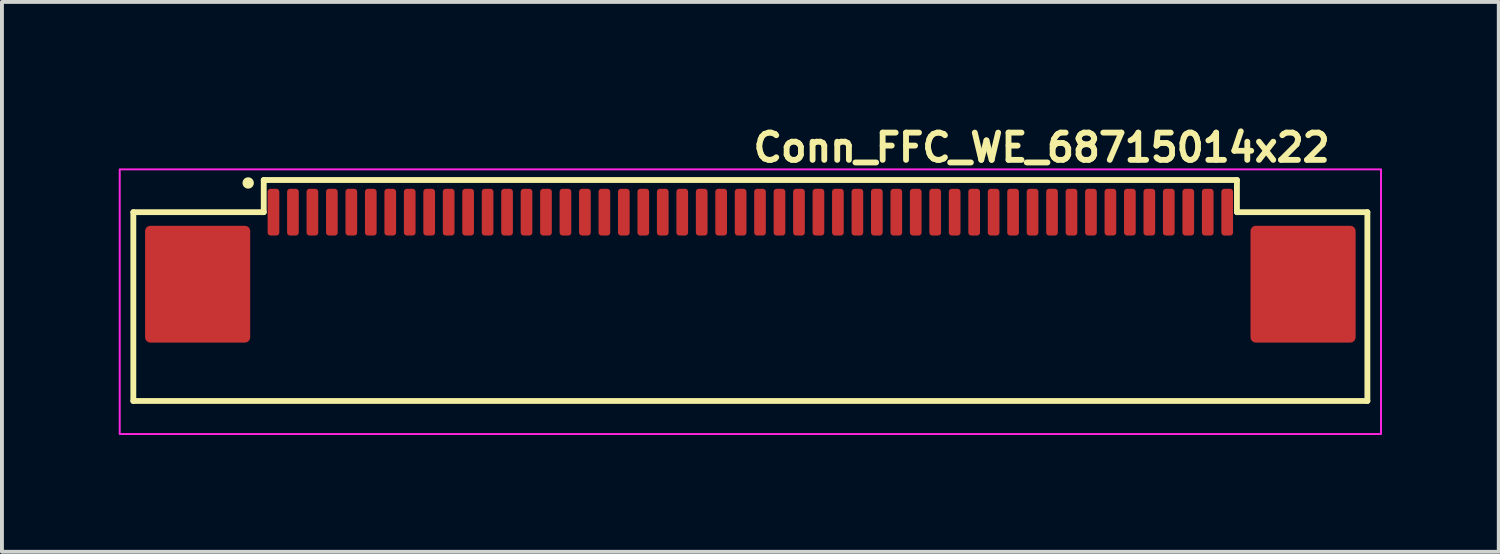
<source format=kicad_pcb>
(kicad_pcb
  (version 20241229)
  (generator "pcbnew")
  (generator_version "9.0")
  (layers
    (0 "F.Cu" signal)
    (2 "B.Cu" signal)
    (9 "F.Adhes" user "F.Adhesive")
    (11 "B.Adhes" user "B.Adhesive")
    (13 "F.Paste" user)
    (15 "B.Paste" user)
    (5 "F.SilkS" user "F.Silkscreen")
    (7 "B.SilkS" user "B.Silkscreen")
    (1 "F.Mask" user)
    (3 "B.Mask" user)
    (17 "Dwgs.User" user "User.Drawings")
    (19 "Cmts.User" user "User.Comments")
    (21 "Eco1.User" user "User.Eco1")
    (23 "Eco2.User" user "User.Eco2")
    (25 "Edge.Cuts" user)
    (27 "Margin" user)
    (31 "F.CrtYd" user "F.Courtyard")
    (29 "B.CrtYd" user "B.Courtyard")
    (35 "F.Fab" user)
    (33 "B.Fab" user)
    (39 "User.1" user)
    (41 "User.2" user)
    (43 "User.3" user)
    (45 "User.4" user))
  (footprint "Conn_FFC_WE_68715014x22"
    (layer "F.Cu")
    (at 16.225 4.55)
    (property "Reference" "Conn_FFC_WE_68715014x22" (at 0 -3.4 0) (layer "F.SilkS") (effects (font (size 0.7 0.7) (thickness 0.15)) (justify left bottom)))
    (attr smd)
    (fp_line (start -15.85 -2.15) (end -12.5 -2.15) (stroke (width 0.15) (type solid)) (layer "F.SilkS"))
    (fp_line (start -15.85 2.7) (end -15.85 -2.15) (stroke (width 0.15) (type solid)) (layer "F.SilkS"))
    (fp_line (start -12.5 -2.976) (end 12.499 -2.976) (stroke (width 0.15) (type solid)) (layer "F.SilkS"))
    (fp_line (start -12.5 -2.15) (end -12.5 -2.976) (stroke (width 0.15) (type solid)) (layer "F.SilkS"))
    (fp_line (start 12.499 -2.15) (end 12.499 -2.976) (stroke (width 0.15) (type solid)) (layer "F.SilkS"))
    (fp_line (start 15.85 -2.15) (end 12.499 -2.15) (stroke (width 0.15) (type solid)) (layer "F.SilkS"))
    (fp_line (start 15.85 2.7) (end -15.85 2.7) (stroke (width 0.15) (type solid)) (layer "F.SilkS"))
    (fp_line (start 15.85 2.7) (end 15.85 -2.15) (stroke (width 0.15) (type solid)) (layer "F.SilkS"))
    (fp_circle (center -12.9 -2.9) (end -12.85 -2.85) (stroke (width 0.15) (type solid)) (fill yes) (layer "F.SilkS"))
    (fp_rect (start -16.2 -3.25) (end 16.2 3.55) (stroke (width 0.05) (type solid)) (fill no) (layer "F.CrtYd"))
    (fp_rect (start -15.7 -2.55) (end 15.7 2.55) (stroke (width 0.1) (type solid)) (fill no) (layer "User.5"))
    (fp_line (start -15.701 1.249) (end 15.698 1.249) (stroke (width 0.02) (type solid)) (layer "User.9"))
    (fp_line (start -15.701 2.45) (end -15.701 1.249) (stroke (width 0.02) (type solid)) (layer "User.9"))
    (fp_line (start -15.701 2.454) (end -15.701 2.45) (stroke (width 0.02) (type solid)) (layer "User.9"))
    (fp_line (start -15.701 2.454) (end -15.701 2.45) (stroke (width 0.02) (type solid)) (layer "User.9"))
    (fp_line (start -15.701 2.459) (end -15.701 2.454) (stroke (width 0.02) (type solid)) (layer "User.9"))
    (fp_line (start -15.701 2.459) (end -15.701 2.454) (stroke (width 0.02) (type solid)) (layer "User.9"))
    (fp_line (start -15.701 2.463) (end -15.701 2.459) (stroke (width 0.02) (type solid)) (layer "User.9"))
    (fp_line (start -15.701 2.463) (end -15.701 2.459) (stroke (width 0.02) (type solid)) (layer "User.9"))
    (fp_line (start -15.699 2.468) (end -15.701 2.463) (stroke (width 0.02) (type solid)) (layer "User.9"))
    (fp_line (start -15.699 2.468) (end -15.701 2.463) (stroke (width 0.02) (type solid)) (layer "User.9"))
    (fp_line (start -15.699 2.474) (end -15.699 2.468) (stroke (width 0.02) (type solid)) (layer "User.9"))
    (fp_line (start -15.699 2.474) (end -15.699 2.468) (stroke (width 0.02) (type solid)) (layer "User.9"))
    (fp_line (start -15.696 2.479) (end -15.699 2.474) (stroke (width 0.02) (type solid)) (layer "User.9"))
    (fp_line (start -15.696 2.479) (end -15.699 2.474) (stroke (width 0.02) (type solid)) (layer "User.9"))
    (fp_line (start -15.695 2.483) (end -15.696 2.479) (stroke (width 0.02) (type solid)) (layer "User.9"))
    (fp_line (start -15.695 2.483) (end -15.696 2.479) (stroke (width 0.02) (type solid)) (layer "User.9"))
    (fp_line (start -15.693 2.487) (end -15.695 2.483) (stroke (width 0.02) (type solid)) (layer "User.9"))
    (fp_line (start -15.693 2.487) (end -15.695 2.483) (stroke (width 0.02) (type solid)) (layer "User.9"))
    (fp_line (start -15.692 2.491) (end -15.693 2.487) (stroke (width 0.02) (type solid)) (layer "User.9"))
    (fp_line (start -15.692 2.491) (end -15.693 2.487) (stroke (width 0.02) (type solid)) (layer "User.9"))
    (fp_line (start -15.689 2.496) (end -15.692 2.491) (stroke (width 0.02) (type solid)) (layer "User.9"))
    (fp_line (start -15.689 2.496) (end -15.692 2.491) (stroke (width 0.02) (type solid)) (layer "User.9"))
    (fp_line (start -15.686 2.5) (end -15.689 2.496) (stroke (width 0.02) (type solid)) (layer "User.9"))
    (fp_line (start -15.686 2.5) (end -15.689 2.496) (stroke (width 0.02) (type solid)) (layer "User.9"))
    (fp_line (start -15.683 2.504) (end -15.686 2.5) (stroke (width 0.02) (type solid)) (layer "User.9"))
    (fp_line (start -15.683 2.504) (end -15.686 2.5) (stroke (width 0.02) (type solid)) (layer "User.9"))
    (fp_line (start -15.682 2.508) (end -15.683 2.504) (stroke (width 0.02) (type solid)) (layer "User.9"))
    (fp_line (start -15.682 2.508) (end -15.683 2.504) (stroke (width 0.02) (type solid)) (layer "User.9"))
    (fp_line (start -15.679 2.512) (end -15.682 2.508) (stroke (width 0.02) (type solid)) (layer "User.9"))
    (fp_line (start -15.679 2.512) (end -15.682 2.508) (stroke (width 0.02) (type solid)) (layer "User.9"))
    (fp_line (start -15.674 2.515) (end -15.679 2.512) (stroke (width 0.02) (type solid)) (layer "User.9"))
    (fp_line (start -15.674 2.515) (end -15.679 2.512) (stroke (width 0.02) (type solid)) (layer "User.9"))
    (fp_line (start -15.672 2.519) (end -15.674 2.515) (stroke (width 0.02) (type solid)) (layer "User.9"))
    (fp_line (start -15.672 2.519) (end -15.674 2.515) (stroke (width 0.02) (type solid)) (layer "User.9"))
    (fp_line (start -15.667 2.523) (end -15.672 2.519) (stroke (width 0.02) (type solid)) (layer "User.9"))
    (fp_line (start -15.667 2.523) (end -15.672 2.519) (stroke (width 0.02) (type solid)) (layer "User.9"))
    (fp_line (start -15.664 2.527) (end -15.667 2.523) (stroke (width 0.02) (type solid)) (layer "User.9"))
    (fp_line (start -15.664 2.527) (end -15.667 2.523) (stroke (width 0.02) (type solid)) (layer "User.9"))
    (fp_line (start -15.66 2.53) (end -15.664 2.527) (stroke (width 0.02) (type solid)) (layer "User.9"))
    (fp_line (start -15.66 2.53) (end -15.664 2.527) (stroke (width 0.02) (type solid)) (layer "User.9"))
    (fp_line (start -15.657 2.531) (end -15.66 2.53) (stroke (width 0.02) (type solid)) (layer "User.9"))
    (fp_line (start -15.657 2.531) (end -15.66 2.53) (stroke (width 0.02) (type solid)) (layer "User.9"))
    (fp_line (start -15.653 2.535) (end -15.657 2.531) (stroke (width 0.02) (type solid)) (layer "User.9"))
    (fp_line (start -15.653 2.535) (end -15.657 2.531) (stroke (width 0.02) (type solid)) (layer "User.9"))
    (fp_line (start -15.648 2.538) (end -15.653 2.535) (stroke (width 0.02) (type solid)) (layer "User.9"))
    (fp_line (start -15.648 2.538) (end -15.653 2.535) (stroke (width 0.02) (type solid)) (layer "User.9"))
    (fp_line (start -15.644 2.539) (end -15.648 2.538) (stroke (width 0.02) (type solid)) (layer "User.9"))
    (fp_line (start -15.644 2.539) (end -15.648 2.538) (stroke (width 0.02) (type solid)) (layer "User.9"))
    (fp_line (start -15.64 2.542) (end -15.644 2.539) (stroke (width 0.02) (type solid)) (layer "User.9"))
    (fp_line (start -15.64 2.542) (end -15.644 2.539) (stroke (width 0.02) (type solid)) (layer "User.9"))
    (fp_line (start -15.635 2.543) (end -15.64 2.542) (stroke (width 0.02) (type solid)) (layer "User.9"))
    (fp_line (start -15.635 2.543) (end -15.64 2.542) (stroke (width 0.02) (type solid)) (layer "User.9"))
    (fp_line (start -15.631 2.544) (end -15.635 2.543) (stroke (width 0.02) (type solid)) (layer "User.9"))
    (fp_line (start -15.631 2.544) (end -15.635 2.543) (stroke (width 0.02) (type solid)) (layer "User.9"))
    (fp_line (start -15.625 2.547) (end -15.631 2.544) (stroke (width 0.02) (type solid)) (layer "User.9"))
    (fp_line (start -15.625 2.547) (end -15.631 2.544) (stroke (width 0.02) (type solid)) (layer "User.9"))
    (fp_line (start -15.621 2.547) (end -15.625 2.547) (stroke (width 0.02) (type solid)) (layer "User.9"))
    (fp_line (start -15.621 2.547) (end -15.625 2.547) (stroke (width 0.02) (type solid)) (layer "User.9"))
    (fp_line (start -15.615 2.548) (end -15.621 2.547) (stroke (width 0.02) (type solid)) (layer "User.9"))
    (fp_line (start -15.615 2.548) (end -15.621 2.547) (stroke (width 0.02) (type solid)) (layer "User.9"))
    (fp_line (start -15.611 2.548) (end -15.615 2.548) (stroke (width 0.02) (type solid)) (layer "User.9"))
    (fp_line (start -15.611 2.548) (end -15.615 2.548) (stroke (width 0.02) (type solid)) (layer "User.9"))
    (fp_line (start -15.606 2.548) (end -15.611 2.548) (stroke (width 0.02) (type solid)) (layer "User.9"))
    (fp_line (start -15.606 2.548) (end -15.611 2.548) (stroke (width 0.02) (type solid)) (layer "User.9"))
    (fp_line (start -15.6 2.548) (end -15.606 2.548) (stroke (width 0.02) (type solid)) (layer "User.9"))
    (fp_line (start -15.6 2.548) (end -15.606 2.548) (stroke (width 0.02) (type solid)) (layer "User.9"))
    (fp_line (start -15.6 2.548) (end 15.598 2.548) (stroke (width 0.02) (type solid)) (layer "User.9"))
    (fp_line (start -15.532 -0.359) (end -15.532 -0.355) (stroke (width 0.02) (type solid)) (layer "User.9"))
    (fp_line (start -15.532 -0.355) (end -15.532 -0.351) (stroke (width 0.02) (type solid)) (layer "User.9"))
    (fp_line (start -15.532 -0.351) (end -15.532 -0.346) (stroke (width 0.02) (type solid)) (layer "User.9"))
    (fp_line (start -15.532 -0.346) (end -15.531 -0.341) (stroke (width 0.02) (type solid)) (layer "User.9"))
    (fp_line (start -15.531 -1.262) (end -15.531 -1.262) (stroke (width 0.02) (type solid)) (layer "User.9"))
    (fp_line (start -15.531 -1.262) (end -15.531 -1.256) (stroke (width 0.02) (type solid)) (layer "User.9"))
    (fp_line (start -15.531 -1.256) (end -15.531 -1.252) (stroke (width 0.02) (type solid)) (layer "User.9"))
    (fp_line (start -15.531 -1.252) (end -15.531 -1.248) (stroke (width 0.02) (type solid)) (layer "User.9"))
    (fp_line (start -15.531 -1.248) (end -15.531 -1.242) (stroke (width 0.02) (type solid)) (layer "User.9"))
    (fp_line (start -15.531 -1.242) (end -15.531 -1.238) (stroke (width 0.02) (type solid)) (layer "User.9"))
    (fp_line (start -15.531 -1.238) (end -15.529 -1.234) (stroke (width 0.02) (type solid)) (layer "User.9"))
    (fp_line (start -15.531 -0.364) (end -15.532 -0.359) (stroke (width 0.02) (type solid)) (layer "User.9"))
    (fp_line (start -15.531 -0.341) (end -15.531 -0.341) (stroke (width 0.02) (type solid)) (layer "User.9"))
    (fp_line (start -15.531 -0.341) (end -15.531 -0.337) (stroke (width 0.02) (type solid)) (layer "User.9"))
    (fp_line (start -15.531 -0.337) (end -15.529 -0.332) (stroke (width 0.02) (type solid)) (layer "User.9"))
    (fp_line (start -15.529 -1.27) (end -15.529 -1.266) (stroke (width 0.02) (type solid)) (layer "User.9"))
    (fp_line (start -15.529 -1.266) (end -15.531 -1.262) (stroke (width 0.02) (type solid)) (layer "User.9"))
    (fp_line (start -15.529 -1.234) (end -15.529 -1.228) (stroke (width 0.02) (type solid)) (layer "User.9"))
    (fp_line (start -15.529 -1.228) (end -15.528 -1.224) (stroke (width 0.02) (type solid)) (layer "User.9"))
    (fp_line (start -15.529 -0.373) (end -15.529 -0.368) (stroke (width 0.02) (type solid)) (layer "User.9"))
    (fp_line (start -15.529 -0.368) (end -15.531 -0.364) (stroke (width 0.02) (type solid)) (layer "User.9"))
    (fp_line (start -15.529 -0.332) (end -15.529 -0.327) (stroke (width 0.02) (type solid)) (layer "User.9"))
    (fp_line (start -15.529 -0.327) (end -15.528 -0.323) (stroke (width 0.02) (type solid)) (layer "User.9"))
    (fp_line (start -15.528 -1.276) (end -15.529 -1.27) (stroke (width 0.02) (type solid)) (layer "User.9"))
    (fp_line (start -15.528 -1.224) (end -15.526 -1.22) (stroke (width 0.02) (type solid)) (layer "User.9"))
    (fp_line (start -15.528 -0.377) (end -15.529 -0.373) (stroke (width 0.02) (type solid)) (layer "User.9"))
    (fp_line (start -15.528 -0.323) (end -15.526 -0.317) (stroke (width 0.02) (type solid)) (layer "User.9"))
    (fp_line (start -15.526 -1.285) (end -15.526 -1.28) (stroke (width 0.02) (type solid)) (layer "User.9"))
    (fp_line (start -15.526 -1.28) (end -15.528 -1.276) (stroke (width 0.02) (type solid)) (layer "User.9"))
    (fp_line (start -15.526 -1.22) (end -15.525 -1.216) (stroke (width 0.02) (type solid)) (layer "User.9"))
    (fp_line (start -15.526 -0.387) (end -15.526 -0.382) (stroke (width 0.02) (type solid)) (layer "User.9"))
    (fp_line (start -15.526 -0.382) (end -15.528 -0.377) (stroke (width 0.02) (type solid)) (layer "User.9"))
    (fp_line (start -15.526 -0.317) (end -15.525 -0.313) (stroke (width 0.02) (type solid)) (layer "User.9"))
    (fp_line (start -15.525 -1.216) (end -15.522 -1.212) (stroke (width 0.02) (type solid)) (layer "User.9"))
    (fp_line (start -15.525 -0.313) (end -15.522 -0.309) (stroke (width 0.02) (type solid)) (layer "User.9"))
    (fp_line (start -15.523 -1.289) (end -15.526 -1.285) (stroke (width 0.02) (type solid)) (layer "User.9"))
    (fp_line (start -15.523 -0.391) (end -15.526 -0.387) (stroke (width 0.02) (type solid)) (layer "User.9"))
    (fp_line (start -15.522 -1.293) (end -15.523 -1.289) (stroke (width 0.02) (type solid)) (layer "User.9"))
    (fp_line (start -15.522 -1.212) (end -15.52 -1.208) (stroke (width 0.02) (type solid)) (layer "User.9"))
    (fp_line (start -15.522 -0.395) (end -15.523 -0.391) (stroke (width 0.02) (type solid)) (layer "User.9"))
    (fp_line (start -15.522 -0.309) (end -15.52 -0.305) (stroke (width 0.02) (type solid)) (layer "User.9"))
    (fp_line (start -15.52 -1.208) (end -15.519 -1.204) (stroke (width 0.02) (type solid)) (layer "User.9"))
    (fp_line (start -15.52 -0.305) (end -15.519 -0.301) (stroke (width 0.02) (type solid)) (layer "User.9"))
    (fp_line (start -15.519 -1.297) (end -15.522 -1.293) (stroke (width 0.02) (type solid)) (layer "User.9"))
    (fp_line (start -15.519 -1.204) (end -15.516 -1.2) (stroke (width 0.02) (type solid)) (layer "User.9"))
    (fp_line (start -15.519 -0.399) (end -15.522 -0.395) (stroke (width 0.02) (type solid)) (layer "User.9"))
    (fp_line (start -15.519 -0.301) (end -15.516 -0.297) (stroke (width 0.02) (type solid)) (layer "User.9"))
    (fp_line (start -15.517 -1.301) (end -15.519 -1.297) (stroke (width 0.02) (type solid)) (layer "User.9"))
    (fp_line (start -15.517 -0.403) (end -15.519 -0.399) (stroke (width 0.02) (type solid)) (layer "User.9"))
    (fp_line (start -15.516 -1.305) (end -15.517 -1.301) (stroke (width 0.02) (type solid)) (layer "User.9"))
    (fp_line (start -15.516 -1.2) (end -15.515 -1.196) (stroke (width 0.02) (type solid)) (layer "User.9"))
    (fp_line (start -15.516 -0.297) (end -15.513 -0.293) (stroke (width 0.02) (type solid)) (layer "User.9"))
    (fp_line (start -15.515 -1.196) (end -15.512 -1.192) (stroke (width 0.02) (type solid)) (layer "User.9"))
    (fp_line (start -15.515 -0.407) (end -15.517 -0.403) (stroke (width 0.02) (type solid)) (layer "User.9"))
    (fp_line (start -15.513 -1.309) (end -15.516 -1.305) (stroke (width 0.02) (type solid)) (layer "User.9"))
    (fp_line (start -15.513 -0.411) (end -15.515 -0.407) (stroke (width 0.02) (type solid)) (layer "User.9"))
    (fp_line (start -15.513 -0.293) (end -15.51 -0.289) (stroke (width 0.02) (type solid)) (layer "User.9"))
    (fp_line (start -15.512 -1.192) (end -15.509 -1.188) (stroke (width 0.02) (type solid)) (layer "User.9"))
    (fp_line (start -15.51 -1.313) (end -15.513 -1.309) (stroke (width 0.02) (type solid)) (layer "User.9"))
    (fp_line (start -15.51 -0.414) (end -15.513 -0.411) (stroke (width 0.02) (type solid)) (layer "User.9"))
    (fp_line (start -15.51 -0.289) (end -15.507 -0.287) (stroke (width 0.02) (type solid)) (layer "User.9"))
    (fp_line (start -15.509 -1.188) (end -15.506 -1.184) (stroke (width 0.02) (type solid)) (layer "User.9"))
    (fp_line (start -15.507 -1.315) (end -15.51 -1.313) (stroke (width 0.02) (type solid)) (layer "User.9"))
    (fp_line (start -15.507 -0.287) (end -15.504 -0.284) (stroke (width 0.02) (type solid)) (layer "User.9"))
    (fp_line (start -15.506 -1.184) (end -15.503 -1.182) (stroke (width 0.02) (type solid)) (layer "User.9"))
    (fp_line (start -15.506 -0.417) (end -15.51 -0.414) (stroke (width 0.02) (type solid)) (layer "User.9"))
    (fp_line (start -15.504 -1.319) (end -15.507 -1.315) (stroke (width 0.02) (type solid)) (layer "User.9"))
    (fp_line (start -15.504 -0.284) (end -15.501 -0.28) (stroke (width 0.02) (type solid)) (layer "User.9"))
    (fp_line (start -15.503 -1.182) (end -15.5 -1.178) (stroke (width 0.02) (type solid)) (layer "User.9"))
    (fp_line (start -15.503 -0.42) (end -15.506 -0.417) (stroke (width 0.02) (type solid)) (layer "User.9"))
    (fp_line (start -15.501 -1.323) (end -15.504 -1.319) (stroke (width 0.02) (type solid)) (layer "User.9"))
    (fp_line (start -15.501 -0.28) (end -15.499 -0.277) (stroke (width 0.02) (type solid)) (layer "User.9"))
    (fp_line (start -15.5 -1.178) (end -15.497 -1.176) (stroke (width 0.02) (type solid)) (layer "User.9"))
    (fp_line (start -15.5 -0.423) (end -15.503 -0.42) (stroke (width 0.02) (type solid)) (layer "User.9"))
    (fp_line (start -15.499 -0.277) (end -15.496 -0.274) (stroke (width 0.02) (type solid)) (layer "User.9"))
    (fp_line (start -15.497 -1.325) (end -15.501 -1.323) (stroke (width 0.02) (type solid)) (layer "User.9"))
    (fp_line (start -15.497 -1.176) (end -15.494 -1.172) (stroke (width 0.02) (type solid)) (layer "User.9"))
    (fp_line (start -15.497 -0.426) (end -15.5 -0.423) (stroke (width 0.02) (type solid)) (layer "User.9"))
    (fp_line (start -15.496 -0.274) (end -15.491 -0.272) (stroke (width 0.02) (type solid)) (layer "User.9"))
    (fp_line (start -15.494 -1.329) (end -15.497 -1.325) (stroke (width 0.02) (type solid)) (layer "User.9"))
    (fp_line (start -15.494 -1.172) (end -15.49 -1.17) (stroke (width 0.02) (type solid)) (layer "User.9"))
    (fp_line (start -15.494 -0.429) (end -15.497 -0.426) (stroke (width 0.02) (type solid)) (layer "User.9"))
    (fp_line (start -15.491 -1.331) (end -15.494 -1.329) (stroke (width 0.02) (type solid)) (layer "User.9"))
    (fp_line (start -15.491 -0.272) (end -15.487 -0.269) (stroke (width 0.02) (type solid)) (layer "User.9"))
    (fp_line (start -15.49 -1.17) (end -15.486 -1.168) (stroke (width 0.02) (type solid)) (layer "User.9"))
    (fp_line (start -15.49 -0.432) (end -15.494 -0.429) (stroke (width 0.02) (type solid)) (layer "User.9"))
    (fp_line (start -15.487 -1.333) (end -15.491 -1.331) (stroke (width 0.02) (type solid)) (layer "User.9"))
    (fp_line (start -15.487 -0.434) (end -15.49 -0.432) (stroke (width 0.02) (type solid)) (layer "User.9"))
    (fp_line (start -15.487 -0.269) (end -15.484 -0.266) (stroke (width 0.02) (type solid)) (layer "User.9"))
    (fp_line (start -15.486 -1.168) (end -15.481 -1.164) (stroke (width 0.02) (type solid)) (layer "User.9"))
    (fp_line (start -15.484 -1.337) (end -15.487 -1.333) (stroke (width 0.02) (type solid)) (layer "User.9"))
    (fp_line (start -15.484 -0.266) (end -15.481 -0.264) (stroke (width 0.02) (type solid)) (layer "User.9"))
    (fp_line (start -15.483 -0.437) (end -15.487 -0.434) (stroke (width 0.02) (type solid)) (layer "User.9"))
    (fp_line (start -15.481 -1.164) (end -15.477 -1.162) (stroke (width 0.02) (type solid)) (layer "User.9"))
    (fp_line (start -15.481 -0.264) (end -15.477 -0.262) (stroke (width 0.02) (type solid)) (layer "User.9"))
    (fp_line (start -15.48 -1.339) (end -15.484 -1.337) (stroke (width 0.02) (type solid)) (layer "User.9"))
    (fp_line (start -15.478 -0.439) (end -15.483 -0.437) (stroke (width 0.02) (type solid)) (layer "User.9"))
    (fp_line (start -15.477 -1.162) (end -15.474 -1.16) (stroke (width 0.02) (type solid)) (layer "User.9"))
    (fp_line (start -15.477 -0.262) (end -15.472 -0.26) (stroke (width 0.02) (type solid)) (layer "User.9"))
    (fp_line (start -15.475 -1.341) (end -15.48 -1.339) (stroke (width 0.02) (type solid)) (layer "User.9"))
    (fp_line (start -15.474 -1.16) (end -15.47 -1.158) (stroke (width 0.02) (type solid)) (layer "User.9"))
    (fp_line (start -15.474 -0.441) (end -15.478 -0.439) (stroke (width 0.02) (type solid)) (layer "User.9"))
    (fp_line (start -15.472 -0.26) (end -15.468 -0.258) (stroke (width 0.02) (type solid)) (layer "User.9"))
    (fp_line (start -15.471 -1.343) (end -15.475 -1.341) (stroke (width 0.02) (type solid)) (layer "User.9"))
    (fp_line (start -15.47 -1.158) (end -15.465 -1.156) (stroke (width 0.02) (type solid)) (layer "User.9"))
    (fp_line (start -15.47 -0.443) (end -15.474 -0.441) (stroke (width 0.02) (type solid)) (layer "User.9"))
    (fp_line (start -15.468 -1.345) (end -15.471 -1.343) (stroke (width 0.02) (type solid)) (layer "User.9"))
    (fp_line (start -15.468 -0.258) (end -15.464 -0.256) (stroke (width 0.02) (type solid)) (layer "User.9"))
    (fp_line (start -15.465 -1.156) (end -15.461 -1.156) (stroke (width 0.02) (type solid)) (layer "User.9"))
    (fp_line (start -15.465 -0.445) (end -15.47 -0.443) (stroke (width 0.02) (type solid)) (layer "User.9"))
    (fp_line (start -15.464 -1.345) (end -15.468 -1.345) (stroke (width 0.02) (type solid)) (layer "User.9"))
    (fp_line (start -15.464 -0.256) (end -15.459 -0.254) (stroke (width 0.02) (type solid)) (layer "User.9"))
    (fp_line (start -15.461 -1.156) (end -15.456 -1.154) (stroke (width 0.02) (type solid)) (layer "User.9"))
    (fp_line (start -15.461 -0.446) (end -15.465 -0.445) (stroke (width 0.02) (type solid)) (layer "User.9"))
    (fp_line (start -15.459 -0.254) (end -15.455 -0.253) (stroke (width 0.02) (type solid)) (layer "User.9"))
    (fp_line (start -15.458 -1.347) (end -15.464 -1.345) (stroke (width 0.02) (type solid)) (layer "User.9"))
    (fp_line (start -15.456 -1.154) (end -15.452 -1.154) (stroke (width 0.02) (type solid)) (layer "User.9"))
    (fp_line (start -15.456 -0.447) (end -15.461 -0.446) (stroke (width 0.02) (type solid)) (layer "User.9"))
    (fp_line (start -15.455 -1.349) (end -15.458 -1.347) (stroke (width 0.02) (type solid)) (layer "User.9"))
    (fp_line (start -15.455 -0.253) (end -15.451 -0.252) (stroke (width 0.02) (type solid)) (layer "User.9"))
    (fp_line (start -15.452 -1.154) (end -15.151 -1.091) (stroke (width 0.02) (type solid)) (layer "User.9"))
    (fp_line (start -15.452 -0.448) (end -15.456 -0.447) (stroke (width 0.02) (type solid)) (layer "User.9"))
    (fp_line (start -15.451 -0.252) (end -15.445 -0.251) (stroke (width 0.02) (type solid)) (layer "User.9"))
    (fp_line (start -15.449 -1.349) (end -15.455 -1.349) (stroke (width 0.02) (type solid)) (layer "User.9"))
    (fp_line (start -15.445 -1.349) (end -15.449 -1.349) (stroke (width 0.02) (type solid)) (layer "User.9"))
    (fp_line (start -15.445 -0.251) (end -15.442 -0.251) (stroke (width 0.02) (type solid)) (layer "User.9"))
    (fp_line (start -15.442 -0.251) (end -15.436 -0.251) (stroke (width 0.02) (type solid)) (layer "User.9"))
    (fp_line (start -15.44 -1.351) (end -15.445 -1.349) (stroke (width 0.02) (type solid)) (layer "User.9"))
    (fp_line (start -15.436 -1.351) (end -15.44 -1.351) (stroke (width 0.02) (type solid)) (layer "User.9"))
    (fp_line (start -15.436 -0.251) (end -15.432 -0.25) (stroke (width 0.02) (type solid)) (layer "User.9"))
    (fp_line (start -15.432 -0.25) (end -15.151 -0.25) (stroke (width 0.02) (type solid)) (layer "User.9"))
    (fp_line (start -15.43 -1.351) (end -15.436 -1.351) (stroke (width 0.02) (type solid)) (layer "User.9"))
    (fp_line (start -15.43 -1.351) (end -15.151 -1.351) (stroke (width 0.02) (type solid)) (layer "User.9"))
    (fp_line (start -15.401 1.249) (end -15.388 1.249) (stroke (width 0.02) (type solid)) (layer "User.9"))
    (fp_line (start -15.388 1.249) (end -15.376 1.247) (stroke (width 0.02) (type solid)) (layer "User.9"))
    (fp_line (start -15.376 1.247) (end -15.365 1.247) (stroke (width 0.02) (type solid)) (layer "User.9"))
    (fp_line (start -15.365 1.247) (end -15.352 1.243) (stroke (width 0.02) (type solid)) (layer "User.9"))
    (fp_line (start -15.352 1.243) (end -15.34 1.241) (stroke (width 0.02) (type solid)) (layer "User.9"))
    (fp_line (start -15.34 1.241) (end -15.329 1.237) (stroke (width 0.02) (type solid)) (layer "User.9"))
    (fp_line (start -15.329 1.237) (end -15.317 1.235) (stroke (width 0.02) (type solid)) (layer "User.9"))
    (fp_line (start -15.317 1.235) (end -15.305 1.229) (stroke (width 0.02) (type solid)) (layer "User.9"))
    (fp_line (start -15.305 1.229) (end -15.295 1.225) (stroke (width 0.02) (type solid)) (layer "User.9"))
    (fp_line (start -15.295 1.225) (end -15.283 1.219) (stroke (width 0.02) (type solid)) (layer "User.9"))
    (fp_line (start -15.283 1.219) (end -15.272 1.213) (stroke (width 0.02) (type solid)) (layer "User.9"))
    (fp_line (start -15.272 1.213) (end -15.263 1.207) (stroke (width 0.02) (type solid)) (layer "User.9"))
    (fp_line (start -15.263 1.207) (end -15.253 1.199) (stroke (width 0.02) (type solid)) (layer "User.9"))
    (fp_line (start -15.253 1.199) (end -15.243 1.193) (stroke (width 0.02) (type solid)) (layer "User.9"))
    (fp_line (start -15.243 1.193) (end -15.234 1.185) (stroke (width 0.02) (type solid)) (layer "User.9"))
    (fp_line (start -15.234 1.185) (end -15.224 1.175) (stroke (width 0.02) (type solid)) (layer "User.9"))
    (fp_line (start -15.224 1.175) (end -15.224 1.175) (stroke (width 0.02) (type solid)) (layer "User.9"))
    (fp_line (start -15.224 1.175) (end -15.215 1.167) (stroke (width 0.02) (type solid)) (layer "User.9"))
    (fp_line (start -15.215 1.167) (end -15.208 1.157) (stroke (width 0.02) (type solid)) (layer "User.9"))
    (fp_line (start -15.208 1.157) (end -15.201 1.148) (stroke (width 0.02) (type solid)) (layer "User.9"))
    (fp_line (start -15.201 1.148) (end -15.193 1.138) (stroke (width 0.02) (type solid)) (layer "User.9"))
    (fp_line (start -15.193 1.138) (end -15.186 1.128) (stroke (width 0.02) (type solid)) (layer "User.9"))
    (fp_line (start -15.186 1.128) (end -15.18 1.116) (stroke (width 0.02) (type solid)) (layer "User.9"))
    (fp_line (start -15.18 1.116) (end -15.176 1.106) (stroke (width 0.02) (type solid)) (layer "User.9"))
    (fp_line (start -15.176 1.106) (end -15.17 1.094) (stroke (width 0.02) (type solid)) (layer "User.9"))
    (fp_line (start -15.17 1.094) (end -15.166 1.084) (stroke (width 0.02) (type solid)) (layer "User.9"))
    (fp_line (start -15.166 1.084) (end -15.163 1.072) (stroke (width 0.02) (type solid)) (layer "User.9"))
    (fp_line (start -15.163 1.072) (end -15.158 1.06) (stroke (width 0.02) (type solid)) (layer "User.9"))
    (fp_line (start -15.158 1.06) (end -15.157 1.048) (stroke (width 0.02) (type solid)) (layer "User.9"))
    (fp_line (start -15.157 1.048) (end -15.154 1.036) (stroke (width 0.02) (type solid)) (layer "User.9"))
    (fp_line (start -15.154 1.036) (end -15.153 1.024) (stroke (width 0.02) (type solid)) (layer "User.9"))
    (fp_line (start -15.153 1.024) (end -15.151 1.011) (stroke (width 0.02) (type solid)) (layer "User.9"))
    (fp_line (start -15.151 -1.75) (end -15.151 0.998) (stroke (width 0.02) (type solid)) (layer "User.9"))
    (fp_line (start -15.151 -1.75) (end -14.701 -1.75) (stroke (width 0.02) (type solid)) (layer "User.9"))
    (fp_line (start -15.151 -0.511) (end -15.452 -0.448) (stroke (width 0.02) (type solid)) (layer "User.9"))
    (fp_line (start -15.151 1.011) (end -15.151 0.998) (stroke (width 0.02) (type solid)) (layer "User.9"))
    (fp_line (start -14.701 -1.75) (end -14.701 1.249) (stroke (width 0.02) (type solid)) (layer "User.9"))
    (fp_line (start -14.701 -1.75) (end -13.93 -1.75) (stroke (width 0.02) (type solid)) (layer "User.9"))
    (fp_line (start -14.531 0.748) (end -14.531 -1.351) (stroke (width 0.02) (type solid)) (layer "User.9"))
    (fp_line (start -14.131 -0.71) (end -14.129 -0.72) (stroke (width 0.02) (type solid)) (layer "User.9"))
    (fp_line (start -14.131 -0.702) (end -14.131 -0.71) (stroke (width 0.02) (type solid)) (layer "User.9"))
    (fp_line (start -14.131 -0.692) (end -14.131 -0.702) (stroke (width 0.02) (type solid)) (layer "User.9"))
    (fp_line (start -14.129 -0.72) (end -14.128 -0.729) (stroke (width 0.02) (type solid)) (layer "User.9"))
    (fp_line (start -14.129 -0.682) (end -14.131 -0.692) (stroke (width 0.02) (type solid)) (layer "User.9"))
    (fp_line (start -14.128 -0.729) (end -14.125 -0.739) (stroke (width 0.02) (type solid)) (layer "User.9"))
    (fp_line (start -14.128 -0.673) (end -14.129 -0.682) (stroke (width 0.02) (type solid)) (layer "User.9"))
    (fp_line (start -14.125 -0.739) (end -14.124 -0.748) (stroke (width 0.02) (type solid)) (layer "User.9"))
    (fp_line (start -14.125 -0.663) (end -14.128 -0.673) (stroke (width 0.02) (type solid)) (layer "User.9"))
    (fp_line (start -14.124 -0.748) (end -14.119 -0.758) (stroke (width 0.02) (type solid)) (layer "User.9"))
    (fp_line (start -14.124 -0.654) (end -14.125 -0.663) (stroke (width 0.02) (type solid)) (layer "User.9"))
    (fp_line (start -14.119 -0.758) (end -14.115 -0.767) (stroke (width 0.02) (type solid)) (layer "User.9"))
    (fp_line (start -14.119 -0.644) (end -14.124 -0.654) (stroke (width 0.02) (type solid)) (layer "User.9"))
    (fp_line (start -14.115 -0.767) (end -14.11 -0.776) (stroke (width 0.02) (type solid)) (layer "User.9"))
    (fp_line (start -14.115 -0.634) (end -14.119 -0.644) (stroke (width 0.02) (type solid)) (layer "User.9"))
    (fp_line (start -14.11 -0.776) (end -14.11 -0.776) (stroke (width 0.02) (type solid)) (layer "User.9"))
    (fp_line (start -14.11 -0.776) (end -14.109 -0.781) (stroke (width 0.02) (type solid)) (layer "User.9"))
    (fp_line (start -14.11 -0.625) (end -14.115 -0.634) (stroke (width 0.02) (type solid)) (layer "User.9"))
    (fp_line (start -14.11 -0.625) (end -14.11 -0.625) (stroke (width 0.02) (type solid)) (layer "User.9"))
    (fp_line (start -14.109 -0.781) (end -14.106 -0.785) (stroke (width 0.02) (type solid)) (layer "User.9"))
    (fp_line (start -14.106 -0.785) (end -14.103 -0.789) (stroke (width 0.02) (type solid)) (layer "User.9"))
    (fp_line (start -14.106 -0.617) (end -14.11 -0.625) (stroke (width 0.02) (type solid)) (layer "User.9"))
    (fp_line (start -14.103 -0.789) (end -14.099 -0.793) (stroke (width 0.02) (type solid)) (layer "User.9"))
    (fp_line (start -14.099 -0.793) (end -14.096 -0.797) (stroke (width 0.02) (type solid)) (layer "User.9"))
    (fp_line (start -14.099 -0.609) (end -14.106 -0.617) (stroke (width 0.02) (type solid)) (layer "User.9"))
    (fp_line (start -14.096 -0.797) (end -14.093 -0.801) (stroke (width 0.02) (type solid)) (layer "User.9"))
    (fp_line (start -14.093 -0.801) (end -14.09 -0.804) (stroke (width 0.02) (type solid)) (layer "User.9"))
    (fp_line (start -14.093 -0.601) (end -14.099 -0.609) (stroke (width 0.02) (type solid)) (layer "User.9"))
    (fp_line (start -14.09 -0.804) (end -14.087 -0.808) (stroke (width 0.02) (type solid)) (layer "User.9"))
    (fp_line (start -14.087 -0.808) (end -14.083 -0.811) (stroke (width 0.02) (type solid)) (layer "User.9"))
    (fp_line (start -14.087 -0.594) (end -14.093 -0.601) (stroke (width 0.02) (type solid)) (layer "User.9"))
    (fp_line (start -14.083 -0.811) (end -14.08 -0.814) (stroke (width 0.02) (type solid)) (layer "User.9"))
    (fp_line (start -14.08 -0.814) (end -14.076 -0.818) (stroke (width 0.02) (type solid)) (layer "User.9"))
    (fp_line (start -14.08 -0.588) (end -14.087 -0.594) (stroke (width 0.02) (type solid)) (layer "User.9"))
    (fp_line (start -14.076 -0.818) (end -14.073 -0.821) (stroke (width 0.02) (type solid)) (layer "User.9"))
    (fp_line (start -14.073 -0.821) (end -14.068 -0.824) (stroke (width 0.02) (type solid)) (layer "User.9"))
    (fp_line (start -14.073 -0.581) (end -14.08 -0.588) (stroke (width 0.02) (type solid)) (layer "User.9"))
    (fp_line (start -14.068 -0.824) (end -14.064 -0.826) (stroke (width 0.02) (type solid)) (layer "User.9"))
    (fp_line (start -14.064 -0.826) (end -14.061 -0.829) (stroke (width 0.02) (type solid)) (layer "User.9"))
    (fp_line (start -14.064 -0.577) (end -14.073 -0.581) (stroke (width 0.02) (type solid)) (layer "User.9"))
    (fp_line (start -14.061 -0.829) (end -14.055 -0.831) (stroke (width 0.02) (type solid)) (layer "User.9"))
    (fp_line (start -14.055 -0.831) (end -14.051 -0.833) (stroke (width 0.02) (type solid)) (layer "User.9"))
    (fp_line (start -14.055 -0.572) (end -14.064 -0.577) (stroke (width 0.02) (type solid)) (layer "User.9"))
    (fp_line (start -14.051 -0.833) (end -14.048 -0.835) (stroke (width 0.02) (type solid)) (layer "User.9"))
    (fp_line (start -14.048 -0.835) (end -14.044 -0.837) (stroke (width 0.02) (type solid)) (layer "User.9"))
    (fp_line (start -14.048 -0.567) (end -14.055 -0.572) (stroke (width 0.02) (type solid)) (layer "User.9"))
    (fp_line (start -14.044 -0.837) (end -14.038 -0.839) (stroke (width 0.02) (type solid)) (layer "User.9"))
    (fp_line (start -14.038 -0.839) (end -14.035 -0.841) (stroke (width 0.02) (type solid)) (layer "User.9"))
    (fp_line (start -14.038 -0.563) (end -14.048 -0.567) (stroke (width 0.02) (type solid)) (layer "User.9"))
    (fp_line (start -14.035 -0.841) (end -14.029 -0.842) (stroke (width 0.02) (type solid)) (layer "User.9"))
    (fp_line (start -14.029 -0.842) (end -14.025 -0.844) (stroke (width 0.02) (type solid)) (layer "User.9"))
    (fp_line (start -14.029 -0.56) (end -14.038 -0.563) (stroke (width 0.02) (type solid)) (layer "User.9"))
    (fp_line (start -14.025 -0.844) (end -14.02 -0.845) (stroke (width 0.02) (type solid)) (layer "User.9"))
    (fp_line (start -14.02 -0.845) (end -14.016 -0.847) (stroke (width 0.02) (type solid)) (layer "User.9"))
    (fp_line (start -14.02 -0.557) (end -14.029 -0.56) (stroke (width 0.02) (type solid)) (layer "User.9"))
    (fp_line (start -14.016 -0.847) (end -14.01 -0.848) (stroke (width 0.02) (type solid)) (layer "User.9"))
    (fp_line (start -14.01 -0.848) (end -14.006 -0.848) (stroke (width 0.02) (type solid)) (layer "User.9"))
    (fp_line (start -14.01 -0.554) (end -14.02 -0.557) (stroke (width 0.02) (type solid)) (layer "User.9"))
    (fp_line (start -14.006 -0.848) (end -14 -0.849) (stroke (width 0.02) (type solid)) (layer "User.9"))
    (fp_line (start -14 -0.849) (end -13.996 -0.85) (stroke (width 0.02) (type solid)) (layer "User.9"))
    (fp_line (start -14 -0.553) (end -14.01 -0.554) (stroke (width 0.02) (type solid)) (layer "User.9"))
    (fp_line (start -13.996 -0.85) (end -13.99 -0.85) (stroke (width 0.02) (type solid)) (layer "User.9"))
    (fp_line (start -13.99 -0.85) (end -13.987 -0.85) (stroke (width 0.02) (type solid)) (layer "User.9"))
    (fp_line (start -13.99 -0.552) (end -14 -0.553) (stroke (width 0.02) (type solid)) (layer "User.9"))
    (fp_line (start -13.987 -0.85) (end -13.981 -0.851) (stroke (width 0.02) (type solid)) (layer "User.9"))
    (fp_line (start -13.981 -0.851) (end -13.44 -0.851) (stroke (width 0.02) (type solid)) (layer "User.9"))
    (fp_line (start -13.981 -0.551) (end -13.99 -0.552) (stroke (width 0.02) (type solid)) (layer "User.9"))
    (fp_line (start -13.781 -1.601) (end -13.93 -1.75) (stroke (width 0.02) (type solid)) (layer "User.9"))
    (fp_line (start -13.781 -1.351) (end -13.781 -1.601) (stroke (width 0.02) (type solid)) (layer "User.9"))
    (fp_line (start -13.781 -0.551) (end -13.781 -0.851) (stroke (width 0.02) (type solid)) (layer "User.9"))
    (fp_line (start -13.781 0.849) (end -13.781 0.748) (stroke (width 0.02) (type solid)) (layer "User.9"))
    (fp_line (start -13.631 -1.45) (end -13.781 -1.601) (stroke (width 0.02) (type solid)) (layer "User.9"))
    (fp_line (start -13.631 -1.45) (end -13.631 -1.351) (stroke (width 0.02) (type solid)) (layer "User.9"))
    (fp_line (start -13.631 -0.851) (end -13.631 -0.551) (stroke (width 0.02) (type solid)) (layer "User.9"))
    (fp_line (start -13.631 0.748) (end -13.631 0.849) (stroke (width 0.02) (type solid)) (layer "User.9"))
    (fp_line (start -13.44 -1.351) (end -14.531 -1.351) (stroke (width 0.02) (type solid)) (layer "User.9"))
    (fp_line (start -13.44 -1.351) (end -13.231 -1.351) (stroke (width 0.02) (type solid)) (layer "User.9"))
    (fp_line (start -13.44 -0.551) (end -13.981 -0.551) (stroke (width 0.02) (type solid)) (layer "User.9"))
    (fp_line (start -13.44 -0.551) (end -13.231 -0.551) (stroke (width 0.02) (type solid)) (layer "User.9"))
    (fp_line (start -13.44 0.748) (end -14.531 0.748) (stroke (width 0.02) (type solid)) (layer "User.9"))
    (fp_line (start -13.44 0.748) (end -13.231 0.748) (stroke (width 0.02) (type solid)) (layer "User.9"))
    (fp_line (start -13.43 -1.551) (end -13.43 -1.351) (stroke (width 0.02) (type solid)) (layer "User.9"))
    (fp_line (start -13.43 -1.551) (end -13.231 -1.551) (stroke (width 0.02) (type solid)) (layer "User.9"))
    (fp_line (start -13.43 0.849) (end -13.781 0.849) (stroke (width 0.02) (type solid)) (layer "User.9"))
    (fp_line (start -13.43 0.849) (end -13.43 1.249) (stroke (width 0.02) (type solid)) (layer "User.9"))
    (fp_line (start -13.231 -1.551) (end -13.231 -1.351) (stroke (width 0.02) (type solid)) (layer "User.9"))
    (fp_line (start -13.231 -1.25) (end -13.231 -1.351) (stroke (width 0.02) (type solid)) (layer "User.9"))
    (fp_line (start -13.231 -1.25) (end -13.231 -1.351) (stroke (width 0.02) (type solid)) (layer "User.9"))
    (fp_line (start -13.231 -0.851) (end -13.44 -0.851) (stroke (width 0.02) (type solid)) (layer "User.9"))
    (fp_line (start -13.231 1.249) (end -13.231 -1.25) (stroke (width 0.02) (type solid)) (layer "User.9"))
    (fp_line (start -13.231 1.249) (end 13.23 1.249) (stroke (width 0.02) (type solid)) (layer "User.9"))
    (fp_line (start -12.731 -1.75) (end -13.231 -1.25) (stroke (width 0.02) (type solid)) (layer "User.9"))
    (fp_line (start -12.731 -1.75) (end -12.35 -1.75) (stroke (width 0.02) (type solid)) (layer "User.9"))
    (fp_line (start -12.35 -2.551) (end -12.151 -2.551) (stroke (width 0.02) (type solid)) (layer "User.9"))
    (fp_line (start -12.35 -2.05) (end -12.35 -2.551) (stroke (width 0.02) (type solid)) (layer "User.9"))
    (fp_line (start -12.35 -2.05) (end -12.151 -2.05) (stroke (width 0.02) (type solid)) (layer "User.9"))
    (fp_line (start -12.35 -1.75) (end -12.35 -2.05) (stroke (width 0.02) (type solid)) (layer "User.9"))
    (fp_line (start -12.35 -1.75) (end -12.35 -1.25) (stroke (width 0.02) (type solid)) (layer "User.9"))
    (fp_line (start -12.35 -1.75) (end -12.151 -1.75) (stroke (width 0.02) (type solid)) (layer "User.9"))
    (fp_line (start -12.35 -1.25) (end -12.35 -1.75) (stroke (width 0.02) (type solid)) (layer "User.9"))
    (fp_line (start -12.35 -1.25) (end -12.151 -1.25) (stroke (width 0.02) (type solid)) (layer "User.9"))
    (fp_line (start -12.35 -1.25) (end -12.151 -1.25) (stroke (width 0.02) (type solid)) (layer "User.9"))
    (fp_line (start -12.151 -2.05) (end -12.151 -2.551) (stroke (width 0.02) (type solid)) (layer "User.9"))
    (fp_line (start -12.151 -1.75) (end -12.151 -2.05) (stroke (width 0.02) (type solid)) (layer "User.9"))
    (fp_line (start -12.151 -1.75) (end -12.151 -1.25) (stroke (width 0.02) (type solid)) (layer "User.9"))
    (fp_line (start -12.151 -1.75) (end -11.85 -1.75) (stroke (width 0.02) (type solid)) (layer "User.9"))
    (fp_line (start -12.151 -1.25) (end -12.151 -1.75) (stroke (width 0.02) (type solid)) (layer "User.9"))
    (fp_line (start -11.85 -2.551) (end -11.651 -2.551) (stroke (width 0.02) (type solid)) (layer "User.9"))
    (fp_line (start -11.85 -2.05) (end -11.85 -2.551) (stroke (width 0.02) (type solid)) (layer "User.9"))
    (fp_line (start -11.85 -2.05) (end -11.651 -2.05) (stroke (width 0.02) (type solid)) (layer "User.9"))
    (fp_line (start -11.85 -1.75) (end -11.85 -2.05) (stroke (width 0.02) (type solid)) (layer "User.9"))
    (fp_line (start -11.85 -1.75) (end -11.85 -1.25) (stroke (width 0.02) (type solid)) (layer "User.9"))
    (fp_line (start -11.85 -1.75) (end -11.651 -1.75) (stroke (width 0.02) (type solid)) (layer "User.9"))
    (fp_line (start -11.85 -1.25) (end -11.85 -1.75) (stroke (width 0.02) (type solid)) (layer "User.9"))
    (fp_line (start -11.85 -1.25) (end -11.651 -1.25) (stroke (width 0.02) (type solid)) (layer "User.9"))
    (fp_line (start -11.85 -1.25) (end -11.651 -1.25) (stroke (width 0.02) (type solid)) (layer "User.9"))
    (fp_line (start -11.651 -2.05) (end -11.651 -2.551) (stroke (width 0.02) (type solid)) (layer "User.9"))
    (fp_line (start -11.651 -1.75) (end -11.651 -2.05) (stroke (width 0.02) (type solid)) (layer "User.9"))
    (fp_line (start -11.651 -1.75) (end -11.651 -1.25) (stroke (width 0.02) (type solid)) (layer "User.9"))
    (fp_line (start -11.651 -1.75) (end -11.35 -1.75) (stroke (width 0.02) (type solid)) (layer "User.9"))
    (fp_line (start -11.651 -1.25) (end -11.651 -1.75) (stroke (width 0.02) (type solid)) (layer "User.9"))
    (fp_line (start -11.35 -2.551) (end -11.151 -2.551) (stroke (width 0.02) (type solid)) (layer "User.9"))
    (fp_line (start -11.35 -2.05) (end -11.35 -2.551) (stroke (width 0.02) (type solid)) (layer "User.9"))
    (fp_line (start -11.35 -2.05) (end -11.151 -2.05) (stroke (width 0.02) (type solid)) (layer "User.9"))
    (fp_line (start -11.35 -1.75) (end -11.35 -2.05) (stroke (width 0.02) (type solid)) (layer "User.9"))
    (fp_line (start -11.35 -1.75) (end -11.35 -1.25) (stroke (width 0.02) (type solid)) (layer "User.9"))
    (fp_line (start -11.35 -1.75) (end -11.151 -1.75) (stroke (width 0.02) (type solid)) (layer "User.9"))
    (fp_line (start -11.35 -1.25) (end -11.35 -1.75) (stroke (width 0.02) (type solid)) (layer "User.9"))
    (fp_line (start -11.35 -1.25) (end -11.151 -1.25) (stroke (width 0.02) (type solid)) (layer "User.9"))
    (fp_line (start -11.35 -1.25) (end -11.151 -1.25) (stroke (width 0.02) (type solid)) (layer "User.9"))
    (fp_line (start -11.151 -2.05) (end -11.151 -2.551) (stroke (width 0.02) (type solid)) (layer "User.9"))
    (fp_line (start -11.151 -1.75) (end -11.151 -2.05) (stroke (width 0.02) (type solid)) (layer "User.9"))
    (fp_line (start -11.151 -1.75) (end -11.151 -1.25) (stroke (width 0.02) (type solid)) (layer "User.9"))
    (fp_line (start -11.151 -1.75) (end -10.85 -1.75) (stroke (width 0.02) (type solid)) (layer "User.9"))
    (fp_line (start -11.151 -1.25) (end -11.151 -1.75) (stroke (width 0.02) (type solid)) (layer "User.9"))
    (fp_line (start -10.85 -2.551) (end -10.651 -2.551) (stroke (width 0.02) (type solid)) (layer "User.9"))
    (fp_line (start -10.85 -2.05) (end -10.85 -2.551) (stroke (width 0.02) (type solid)) (layer "User.9"))
    (fp_line (start -10.85 -2.05) (end -10.651 -2.05) (stroke (width 0.02) (type solid)) (layer "User.9"))
    (fp_line (start -10.85 -1.75) (end -10.85 -2.05) (stroke (width 0.02) (type solid)) (layer "User.9"))
    (fp_line (start -10.85 -1.75) (end -10.85 -1.25) (stroke (width 0.02) (type solid)) (layer "User.9"))
    (fp_line (start -10.85 -1.75) (end -10.651 -1.75) (stroke (width 0.02) (type solid)) (layer "User.9"))
    (fp_line (start -10.85 -1.25) (end -10.85 -1.75) (stroke (width 0.02) (type solid)) (layer "User.9"))
    (fp_line (start -10.85 -1.25) (end -10.651 -1.25) (stroke (width 0.02) (type solid)) (layer "User.9"))
    (fp_line (start -10.85 -1.25) (end -10.651 -1.25) (stroke (width 0.02) (type solid)) (layer "User.9"))
    (fp_line (start -10.651 -2.05) (end -10.651 -2.551) (stroke (width 0.02) (type solid)) (layer "User.9"))
    (fp_line (start -10.651 -1.75) (end -10.651 -2.05) (stroke (width 0.02) (type solid)) (layer "User.9"))
    (fp_line (start -10.651 -1.75) (end -10.651 -1.25) (stroke (width 0.02) (type solid)) (layer "User.9"))
    (fp_line (start -10.651 -1.75) (end -10.35 -1.75) (stroke (width 0.02) (type solid)) (layer "User.9"))
    (fp_line (start -10.651 -1.25) (end -10.651 -1.75) (stroke (width 0.02) (type solid)) (layer "User.9"))
    (fp_line (start -10.35 -2.551) (end -10.151 -2.551) (stroke (width 0.02) (type solid)) (layer "User.9"))
    (fp_line (start -10.35 -2.05) (end -10.35 -2.551) (stroke (width 0.02) (type solid)) (layer "User.9"))
    (fp_line (start -10.35 -2.05) (end -10.151 -2.05) (stroke (width 0.02) (type solid)) (layer "User.9"))
    (fp_line (start -10.35 -1.75) (end -10.35 -2.05) (stroke (width 0.02) (type solid)) (layer "User.9"))
    (fp_line (start -10.35 -1.75) (end -10.35 -1.25) (stroke (width 0.02) (type solid)) (layer "User.9"))
    (fp_line (start -10.35 -1.75) (end -10.151 -1.75) (stroke (width 0.02) (type solid)) (layer "User.9"))
    (fp_line (start -10.35 -1.25) (end -10.35 -1.75) (stroke (width 0.02) (type solid)) (layer "User.9"))
    (fp_line (start -10.35 -1.25) (end -10.151 -1.25) (stroke (width 0.02) (type solid)) (layer "User.9"))
    (fp_line (start -10.35 -1.25) (end -10.151 -1.25) (stroke (width 0.02) (type solid)) (layer "User.9"))
    (fp_line (start -10.151 -2.05) (end -10.151 -2.551) (stroke (width 0.02) (type solid)) (layer "User.9"))
    (fp_line (start -10.151 -1.75) (end -10.151 -2.05) (stroke (width 0.02) (type solid)) (layer "User.9"))
    (fp_line (start -10.151 -1.75) (end -10.151 -1.25) (stroke (width 0.02) (type solid)) (layer "User.9"))
    (fp_line (start -10.151 -1.75) (end -9.85 -1.75) (stroke (width 0.02) (type solid)) (layer "User.9"))
    (fp_line (start -10.151 -1.25) (end -10.151 -1.75) (stroke (width 0.02) (type solid)) (layer "User.9"))
    (fp_line (start -9.85 -2.551) (end -9.651 -2.551) (stroke (width 0.02) (type solid)) (layer "User.9"))
    (fp_line (start -9.85 -2.05) (end -9.85 -2.551) (stroke (width 0.02) (type solid)) (layer "User.9"))
    (fp_line (start -9.85 -2.05) (end -9.651 -2.05) (stroke (width 0.02) (type solid)) (layer "User.9"))
    (fp_line (start -9.85 -1.75) (end -9.85 -2.05) (stroke (width 0.02) (type solid)) (layer "User.9"))
    (fp_line (start -9.85 -1.75) (end -9.85 -1.25) (stroke (width 0.02) (type solid)) (layer "User.9"))
    (fp_line (start -9.85 -1.75) (end -9.651 -1.75) (stroke (width 0.02) (type solid)) (layer "User.9"))
    (fp_line (start -9.85 -1.25) (end -9.85 -1.75) (stroke (width 0.02) (type solid)) (layer "User.9"))
    (fp_line (start -9.85 -1.25) (end -9.651 -1.25) (stroke (width 0.02) (type solid)) (layer "User.9"))
    (fp_line (start -9.85 -1.25) (end -9.651 -1.25) (stroke (width 0.02) (type solid)) (layer "User.9"))
    (fp_line (start -9.651 -2.05) (end -9.651 -2.551) (stroke (width 0.02) (type solid)) (layer "User.9"))
    (fp_line (start -9.651 -1.75) (end -9.651 -2.05) (stroke (width 0.02) (type solid)) (layer "User.9"))
    (fp_line (start -9.651 -1.75) (end -9.651 -1.25) (stroke (width 0.02) (type solid)) (layer "User.9"))
    (fp_line (start -9.651 -1.75) (end -9.35 -1.75) (stroke (width 0.02) (type solid)) (layer "User.9"))
    (fp_line (start -9.651 -1.25) (end -9.651 -1.75) (stroke (width 0.02) (type solid)) (layer "User.9"))
    (fp_line (start -9.35 -2.551) (end -9.151 -2.551) (stroke (width 0.02) (type solid)) (layer "User.9"))
    (fp_line (start -9.35 -2.05) (end -9.35 -2.551) (stroke (width 0.02) (type solid)) (layer "User.9"))
    (fp_line (start -9.35 -2.05) (end -9.151 -2.05) (stroke (width 0.02) (type solid)) (layer "User.9"))
    (fp_line (start -9.35 -1.75) (end -9.35 -2.05) (stroke (width 0.02) (type solid)) (layer "User.9"))
    (fp_line (start -9.35 -1.75) (end -9.35 -1.25) (stroke (width 0.02) (type solid)) (layer "User.9"))
    (fp_line (start -9.35 -1.75) (end -9.151 -1.75) (stroke (width 0.02) (type solid)) (layer "User.9"))
    (fp_line (start -9.35 -1.25) (end -9.35 -1.75) (stroke (width 0.02) (type solid)) (layer "User.9"))
    (fp_line (start -9.35 -1.25) (end -9.151 -1.25) (stroke (width 0.02) (type solid)) (layer "User.9"))
    (fp_line (start -9.35 -1.25) (end -9.151 -1.25) (stroke (width 0.02) (type solid)) (layer "User.9"))
    (fp_line (start -9.151 -2.05) (end -9.151 -2.551) (stroke (width 0.02) (type solid)) (layer "User.9"))
    (fp_line (start -9.151 -1.75) (end -9.151 -2.05) (stroke (width 0.02) (type solid)) (layer "User.9"))
    (fp_line (start -9.151 -1.75) (end -9.151 -1.25) (stroke (width 0.02) (type solid)) (layer "User.9"))
    (fp_line (start -9.151 -1.75) (end -8.85 -1.75) (stroke (width 0.02) (type solid)) (layer "User.9"))
    (fp_line (start -9.151 -1.25) (end -9.151 -1.75) (stroke (width 0.02) (type solid)) (layer "User.9"))
    (fp_line (start -8.85 -2.551) (end -8.651 -2.551) (stroke (width 0.02) (type solid)) (layer "User.9"))
    (fp_line (start -8.85 -2.05) (end -8.85 -2.551) (stroke (width 0.02) (type solid)) (layer "User.9"))
    (fp_line (start -8.85 -2.05) (end -8.651 -2.05) (stroke (width 0.02) (type solid)) (layer "User.9"))
    (fp_line (start -8.85 -1.75) (end -8.85 -2.05) (stroke (width 0.02) (type solid)) (layer "User.9"))
    (fp_line (start -8.85 -1.75) (end -8.85 -1.25) (stroke (width 0.02) (type solid)) (layer "User.9"))
    (fp_line (start -8.85 -1.75) (end -8.651 -1.75) (stroke (width 0.02) (type solid)) (layer "User.9"))
    (fp_line (start -8.85 -1.25) (end -8.85 -1.75) (stroke (width 0.02) (type solid)) (layer "User.9"))
    (fp_line (start -8.85 -1.25) (end -8.651 -1.25) (stroke (width 0.02) (type solid)) (layer "User.9"))
    (fp_line (start -8.85 -1.25) (end -8.651 -1.25) (stroke (width 0.02) (type solid)) (layer "User.9"))
    (fp_line (start -8.651 -2.05) (end -8.651 -2.551) (stroke (width 0.02) (type solid)) (layer "User.9"))
    (fp_line (start -8.651 -1.75) (end -8.651 -2.05) (stroke (width 0.02) (type solid)) (layer "User.9"))
    (fp_line (start -8.651 -1.75) (end -8.651 -1.25) (stroke (width 0.02) (type solid)) (layer "User.9"))
    (fp_line (start -8.651 -1.75) (end -8.35 -1.75) (stroke (width 0.02) (type solid)) (layer "User.9"))
    (fp_line (start -8.651 -1.25) (end -8.651 -1.75) (stroke (width 0.02) (type solid)) (layer "User.9"))
    (fp_line (start -8.35 -2.551) (end -8.151 -2.551) (stroke (width 0.02) (type solid)) (layer "User.9"))
    (fp_line (start -8.35 -2.05) (end -8.35 -2.551) (stroke (width 0.02) (type solid)) (layer "User.9"))
    (fp_line (start -8.35 -2.05) (end -8.151 -2.05) (stroke (width 0.02) (type solid)) (layer "User.9"))
    (fp_line (start -8.35 -1.75) (end -8.35 -2.05) (stroke (width 0.02) (type solid)) (layer "User.9"))
    (fp_line (start -8.35 -1.75) (end -8.35 -1.25) (stroke (width 0.02) (type solid)) (layer "User.9"))
    (fp_line (start -8.35 -1.75) (end -8.151 -1.75) (stroke (width 0.02) (type solid)) (layer "User.9"))
    (fp_line (start -8.35 -1.25) (end -8.35 -1.75) (stroke (width 0.02) (type solid)) (layer "User.9"))
    (fp_line (start -8.35 -1.25) (end -8.151 -1.25) (stroke (width 0.02) (type solid)) (layer "User.9"))
    (fp_line (start -8.35 -1.25) (end -8.151 -1.25) (stroke (width 0.02) (type solid)) (layer "User.9"))
    (fp_line (start -8.151 -2.05) (end -8.151 -2.551) (stroke (width 0.02) (type solid)) (layer "User.9"))
    (fp_line (start -8.151 -1.75) (end -8.151 -2.05) (stroke (width 0.02) (type solid)) (layer "User.9"))
    (fp_line (start -8.151 -1.75) (end -8.151 -1.25) (stroke (width 0.02) (type solid)) (layer "User.9"))
    (fp_line (start -8.151 -1.75) (end -7.851 -1.75) (stroke (width 0.02) (type solid)) (layer "User.9"))
    (fp_line (start -8.151 -1.25) (end -8.151 -1.75) (stroke (width 0.02) (type solid)) (layer "User.9"))
    (fp_line (start -7.851 -2.551) (end -7.651 -2.551) (stroke (width 0.02) (type solid)) (layer "User.9"))
    (fp_line (start -7.851 -2.05) (end -7.851 -2.551) (stroke (width 0.02) (type solid)) (layer "User.9"))
    (fp_line (start -7.851 -2.05) (end -7.651 -2.05) (stroke (width 0.02) (type solid)) (layer "User.9"))
    (fp_line (start -7.851 -1.75) (end -7.851 -2.05) (stroke (width 0.02) (type solid)) (layer "User.9"))
    (fp_line (start -7.851 -1.75) (end -7.851 -1.25) (stroke (width 0.02) (type solid)) (layer "User.9"))
    (fp_line (start -7.851 -1.75) (end -7.651 -1.75) (stroke (width 0.02) (type solid)) (layer "User.9"))
    (fp_line (start -7.851 -1.25) (end -7.851 -1.75) (stroke (width 0.02) (type solid)) (layer "User.9"))
    (fp_line (start -7.851 -1.25) (end -7.651 -1.25) (stroke (width 0.02) (type solid)) (layer "User.9"))
    (fp_line (start -7.851 -1.25) (end -7.651 -1.25) (stroke (width 0.02) (type solid)) (layer "User.9"))
    (fp_line (start -7.651 -2.05) (end -7.651 -2.551) (stroke (width 0.02) (type solid)) (layer "User.9"))
    (fp_line (start -7.651 -1.75) (end -7.651 -2.05) (stroke (width 0.02) (type solid)) (layer "User.9"))
    (fp_line (start -7.651 -1.75) (end -7.651 -1.25) (stroke (width 0.02) (type solid)) (layer "User.9"))
    (fp_line (start -7.651 -1.75) (end -7.351 -1.75) (stroke (width 0.02) (type solid)) (layer "User.9"))
    (fp_line (start -7.651 -1.25) (end -7.651 -1.75) (stroke (width 0.02) (type solid)) (layer "User.9"))
    (fp_line (start -7.351 -2.551) (end -7.151 -2.551) (stroke (width 0.02) (type solid)) (layer "User.9"))
    (fp_line (start -7.351 -2.05) (end -7.351 -2.551) (stroke (width 0.02) (type solid)) (layer "User.9"))
    (fp_line (start -7.351 -2.05) (end -7.151 -2.05) (stroke (width 0.02) (type solid)) (layer "User.9"))
    (fp_line (start -7.351 -1.75) (end -7.351 -2.05) (stroke (width 0.02) (type solid)) (layer "User.9"))
    (fp_line (start -7.351 -1.75) (end -7.351 -1.25) (stroke (width 0.02) (type solid)) (layer "User.9"))
    (fp_line (start -7.351 -1.75) (end -7.151 -1.75) (stroke (width 0.02) (type solid)) (layer "User.9"))
    (fp_line (start -7.351 -1.25) (end -7.351 -1.75) (stroke (width 0.02) (type solid)) (layer "User.9"))
    (fp_line (start -7.351 -1.25) (end -7.151 -1.25) (stroke (width 0.02) (type solid)) (layer "User.9"))
    (fp_line (start -7.351 -1.25) (end -7.151 -1.25) (stroke (width 0.02) (type solid)) (layer "User.9"))
    (fp_line (start -7.151 -2.05) (end -7.151 -2.551) (stroke (width 0.02) (type solid)) (layer "User.9"))
    (fp_line (start -7.151 -1.75) (end -7.151 -2.05) (stroke (width 0.02) (type solid)) (layer "User.9"))
    (fp_line (start -7.151 -1.75) (end -7.151 -1.25) (stroke (width 0.02) (type solid)) (layer "User.9"))
    (fp_line (start -7.151 -1.75) (end -6.851 -1.75) (stroke (width 0.02) (type solid)) (layer "User.9"))
    (fp_line (start -7.151 -1.25) (end -7.151 -1.75) (stroke (width 0.02) (type solid)) (layer "User.9"))
    (fp_line (start -6.851 -2.551) (end -6.651 -2.551) (stroke (width 0.02) (type solid)) (layer "User.9"))
    (fp_line (start -6.851 -2.05) (end -6.851 -2.551) (stroke (width 0.02) (type solid)) (layer "User.9"))
    (fp_line (start -6.851 -2.05) (end -6.651 -2.05) (stroke (width 0.02) (type solid)) (layer "User.9"))
    (fp_line (start -6.851 -1.75) (end -6.851 -2.05) (stroke (width 0.02) (type solid)) (layer "User.9"))
    (fp_line (start -6.851 -1.75) (end -6.851 -1.25) (stroke (width 0.02) (type solid)) (layer "User.9"))
    (fp_line (start -6.851 -1.75) (end -6.651 -1.75) (stroke (width 0.02) (type solid)) (layer "User.9"))
    (fp_line (start -6.851 -1.25) (end -6.851 -1.75) (stroke (width 0.02) (type solid)) (layer "User.9"))
    (fp_line (start -6.851 -1.25) (end -6.651 -1.25) (stroke (width 0.02) (type solid)) (layer "User.9"))
    (fp_line (start -6.851 -1.25) (end -6.651 -1.25) (stroke (width 0.02) (type solid)) (layer "User.9"))
    (fp_line (start -6.651 -2.05) (end -6.651 -2.551) (stroke (width 0.02) (type solid)) (layer "User.9"))
    (fp_line (start -6.651 -1.75) (end -6.651 -2.05) (stroke (width 0.02) (type solid)) (layer "User.9"))
    (fp_line (start -6.651 -1.75) (end -6.651 -1.25) (stroke (width 0.02) (type solid)) (layer "User.9"))
    (fp_line (start -6.651 -1.75) (end -6.351 -1.75) (stroke (width 0.02) (type solid)) (layer "User.9"))
    (fp_line (start -6.651 -1.25) (end -6.651 -1.75) (stroke (width 0.02) (type solid)) (layer "User.9"))
    (fp_line (start -6.351 -2.551) (end -6.151 -2.551) (stroke (width 0.02) (type solid)) (layer "User.9"))
    (fp_line (start -6.351 -2.05) (end -6.351 -2.551) (stroke (width 0.02) (type solid)) (layer "User.9"))
    (fp_line (start -6.351 -2.05) (end -6.151 -2.05) (stroke (width 0.02) (type solid)) (layer "User.9"))
    (fp_line (start -6.351 -1.75) (end -6.351 -2.05) (stroke (width 0.02) (type solid)) (layer "User.9"))
    (fp_line (start -6.351 -1.75) (end -6.351 -1.25) (stroke (width 0.02) (type solid)) (layer "User.9"))
    (fp_line (start -6.351 -1.75) (end -6.151 -1.75) (stroke (width 0.02) (type solid)) (layer "User.9"))
    (fp_line (start -6.351 -1.25) (end -6.351 -1.75) (stroke (width 0.02) (type solid)) (layer "User.9"))
    (fp_line (start -6.351 -1.25) (end -6.151 -1.25) (stroke (width 0.02) (type solid)) (layer "User.9"))
    (fp_line (start -6.351 -1.25) (end -6.151 -1.25) (stroke (width 0.02) (type solid)) (layer "User.9"))
    (fp_line (start -6.151 -2.05) (end -6.151 -2.551) (stroke (width 0.02) (type solid)) (layer "User.9"))
    (fp_line (start -6.151 -1.75) (end -6.151 -2.05) (stroke (width 0.02) (type solid)) (layer "User.9"))
    (fp_line (start -6.151 -1.75) (end -6.151 -1.25) (stroke (width 0.02) (type solid)) (layer "User.9"))
    (fp_line (start -6.151 -1.75) (end -5.851 -1.75) (stroke (width 0.02) (type solid)) (layer "User.9"))
    (fp_line (start -6.151 -1.25) (end -6.151 -1.75) (stroke (width 0.02) (type solid)) (layer "User.9"))
    (fp_line (start -5.851 -2.551) (end -5.651 -2.551) (stroke (width 0.02) (type solid)) (layer "User.9"))
    (fp_line (start -5.851 -2.05) (end -5.851 -2.551) (stroke (width 0.02) (type solid)) (layer "User.9"))
    (fp_line (start -5.851 -2.05) (end -5.651 -2.05) (stroke (width 0.02) (type solid)) (layer "User.9"))
    (fp_line (start -5.851 -1.75) (end -5.851 -2.05) (stroke (width 0.02) (type solid)) (layer "User.9"))
    (fp_line (start -5.851 -1.75) (end -5.851 -1.25) (stroke (width 0.02) (type solid)) (layer "User.9"))
    (fp_line (start -5.851 -1.75) (end -5.651 -1.75) (stroke (width 0.02) (type solid)) (layer "User.9"))
    (fp_line (start -5.851 -1.25) (end -5.851 -1.75) (stroke (width 0.02) (type solid)) (layer "User.9"))
    (fp_line (start -5.851 -1.25) (end -5.651 -1.25) (stroke (width 0.02) (type solid)) (layer "User.9"))
    (fp_line (start -5.851 -1.25) (end -5.651 -1.25) (stroke (width 0.02) (type solid)) (layer "User.9"))
    (fp_line (start -5.651 -2.05) (end -5.651 -2.551) (stroke (width 0.02) (type solid)) (layer "User.9"))
    (fp_line (start -5.651 -1.75) (end -5.651 -2.05) (stroke (width 0.02) (type solid)) (layer "User.9"))
    (fp_line (start -5.651 -1.75) (end -5.651 -1.25) (stroke (width 0.02) (type solid)) (layer "User.9"))
    (fp_line (start -5.651 -1.75) (end -5.351 -1.75) (stroke (width 0.02) (type solid)) (layer "User.9"))
    (fp_line (start -5.651 -1.25) (end -5.651 -1.75) (stroke (width 0.02) (type solid)) (layer "User.9"))
    (fp_line (start -5.351 -2.551) (end -5.151 -2.551) (stroke (width 0.02) (type solid)) (layer "User.9"))
    (fp_line (start -5.351 -2.05) (end -5.351 -2.551) (stroke (width 0.02) (type solid)) (layer "User.9"))
    (fp_line (start -5.351 -2.05) (end -5.151 -2.05) (stroke (width 0.02) (type solid)) (layer "User.9"))
    (fp_line (start -5.351 -1.75) (end -5.351 -2.05) (stroke (width 0.02) (type solid)) (layer "User.9"))
    (fp_line (start -5.351 -1.75) (end -5.351 -1.25) (stroke (width 0.02) (type solid)) (layer "User.9"))
    (fp_line (start -5.351 -1.75) (end -5.151 -1.75) (stroke (width 0.02) (type solid)) (layer "User.9"))
    (fp_line (start -5.351 -1.25) (end -5.351 -1.75) (stroke (width 0.02) (type solid)) (layer "User.9"))
    (fp_line (start -5.351 -1.25) (end -5.151 -1.25) (stroke (width 0.02) (type solid)) (layer "User.9"))
    (fp_line (start -5.351 -1.25) (end -5.151 -1.25) (stroke (width 0.02) (type solid)) (layer "User.9"))
    (fp_line (start -5.151 -2.05) (end -5.151 -2.551) (stroke (width 0.02) (type solid)) (layer "User.9"))
    (fp_line (start -5.151 -1.75) (end -5.151 -2.05) (stroke (width 0.02) (type solid)) (layer "User.9"))
    (fp_line (start -5.151 -1.75) (end -5.151 -1.25) (stroke (width 0.02) (type solid)) (layer "User.9"))
    (fp_line (start -5.151 -1.75) (end -4.851 -1.75) (stroke (width 0.02) (type solid)) (layer "User.9"))
    (fp_line (start -5.151 -1.25) (end -5.151 -1.75) (stroke (width 0.02) (type solid)) (layer "User.9"))
    (fp_line (start -4.851 -2.551) (end -4.651 -2.551) (stroke (width 0.02) (type solid)) (layer "User.9"))
    (fp_line (start -4.851 -2.05) (end -4.851 -2.551) (stroke (width 0.02) (type solid)) (layer "User.9"))
    (fp_line (start -4.851 -2.05) (end -4.651 -2.05) (stroke (width 0.02) (type solid)) (layer "User.9"))
    (fp_line (start -4.851 -1.75) (end -4.851 -2.05) (stroke (width 0.02) (type solid)) (layer "User.9"))
    (fp_line (start -4.851 -1.75) (end -4.851 -1.25) (stroke (width 0.02) (type solid)) (layer "User.9"))
    (fp_line (start -4.851 -1.75) (end -4.651 -1.75) (stroke (width 0.02) (type solid)) (layer "User.9"))
    (fp_line (start -4.851 -1.25) (end -4.851 -1.75) (stroke (width 0.02) (type solid)) (layer "User.9"))
    (fp_line (start -4.851 -1.25) (end -4.651 -1.25) (stroke (width 0.02) (type solid)) (layer "User.9"))
    (fp_line (start -4.851 -1.25) (end -4.651 -1.25) (stroke (width 0.02) (type solid)) (layer "User.9"))
    (fp_line (start -4.651 -2.05) (end -4.651 -2.551) (stroke (width 0.02) (type solid)) (layer "User.9"))
    (fp_line (start -4.651 -1.75) (end -4.651 -2.05) (stroke (width 0.02) (type solid)) (layer "User.9"))
    (fp_line (start -4.651 -1.75) (end -4.651 -1.25) (stroke (width 0.02) (type solid)) (layer "User.9"))
    (fp_line (start -4.651 -1.75) (end -4.351 -1.75) (stroke (width 0.02) (type solid)) (layer "User.9"))
    (fp_line (start -4.651 -1.25) (end -4.651 -1.75) (stroke (width 0.02) (type solid)) (layer "User.9"))
    (fp_line (start -4.351 -2.551) (end -4.151 -2.551) (stroke (width 0.02) (type solid)) (layer "User.9"))
    (fp_line (start -4.351 -2.05) (end -4.351 -2.551) (stroke (width 0.02) (type solid)) (layer "User.9"))
    (fp_line (start -4.351 -2.05) (end -4.151 -2.05) (stroke (width 0.02) (type solid)) (layer "User.9"))
    (fp_line (start -4.351 -1.75) (end -4.351 -2.05) (stroke (width 0.02) (type solid)) (layer "User.9"))
    (fp_line (start -4.351 -1.75) (end -4.351 -1.25) (stroke (width 0.02) (type solid)) (layer "User.9"))
    (fp_line (start -4.351 -1.75) (end -4.151 -1.75) (stroke (width 0.02) (type solid)) (layer "User.9"))
    (fp_line (start -4.351 -1.25) (end -4.351 -1.75) (stroke (width 0.02) (type solid)) (layer "User.9"))
    (fp_line (start -4.351 -1.25) (end -4.151 -1.25) (stroke (width 0.02) (type solid)) (layer "User.9"))
    (fp_line (start -4.351 -1.25) (end -4.151 -1.25) (stroke (width 0.02) (type solid)) (layer "User.9"))
    (fp_line (start -4.151 -2.05) (end -4.151 -2.551) (stroke (width 0.02) (type solid)) (layer "User.9"))
    (fp_line (start -4.151 -1.75) (end -4.151 -2.05) (stroke (width 0.02) (type solid)) (layer "User.9"))
    (fp_line (start -4.151 -1.75) (end -4.151 -1.25) (stroke (width 0.02) (type solid)) (layer "User.9"))
    (fp_line (start -4.151 -1.75) (end -3.851 -1.75) (stroke (width 0.02) (type solid)) (layer "User.9"))
    (fp_line (start -4.151 -1.25) (end -4.151 -1.75) (stroke (width 0.02) (type solid)) (layer "User.9"))
    (fp_line (start -3.851 -2.551) (end -3.65 -2.551) (stroke (width 0.02) (type solid)) (layer "User.9"))
    (fp_line (start -3.851 -2.05) (end -3.851 -2.551) (stroke (width 0.02) (type solid)) (layer "User.9"))
    (fp_line (start -3.851 -2.05) (end -3.65 -2.05) (stroke (width 0.02) (type solid)) (layer "User.9"))
    (fp_line (start -3.851 -1.75) (end -3.851 -2.05) (stroke (width 0.02) (type solid)) (layer "User.9"))
    (fp_line (start -3.851 -1.75) (end -3.851 -1.25) (stroke (width 0.02) (type solid)) (layer "User.9"))
    (fp_line (start -3.851 -1.75) (end -3.65 -1.75) (stroke (width 0.02) (type solid)) (layer "User.9"))
    (fp_line (start -3.851 -1.25) (end -3.851 -1.75) (stroke (width 0.02) (type solid)) (layer "User.9"))
    (fp_line (start -3.851 -1.25) (end -3.65 -1.25) (stroke (width 0.02) (type solid)) (layer "User.9"))
    (fp_line (start -3.851 -1.25) (end -3.65 -1.25) (stroke (width 0.02) (type solid)) (layer "User.9"))
    (fp_line (start -3.65 -2.05) (end -3.65 -2.551) (stroke (width 0.02) (type solid)) (layer "User.9"))
    (fp_line (start -3.65 -1.75) (end -3.65 -2.05) (stroke (width 0.02) (type solid)) (layer "User.9"))
    (fp_line (start -3.65 -1.75) (end -3.65 -1.25) (stroke (width 0.02) (type solid)) (layer "User.9"))
    (fp_line (start -3.65 -1.75) (end -3.351 -1.75) (stroke (width 0.02) (type solid)) (layer "User.9"))
    (fp_line (start -3.65 -1.25) (end -3.65 -1.75) (stroke (width 0.02) (type solid)) (layer "User.9"))
    (fp_line (start -3.351 -2.551) (end -3.15 -2.551) (stroke (width 0.02) (type solid)) (layer "User.9"))
    (fp_line (start -3.351 -2.05) (end -3.351 -2.551) (stroke (width 0.02) (type solid)) (layer "User.9"))
    (fp_line (start -3.351 -2.05) (end -3.15 -2.05) (stroke (width 0.02) (type solid)) (layer "User.9"))
    (fp_line (start -3.351 -1.75) (end -3.351 -2.05) (stroke (width 0.02) (type solid)) (layer "User.9"))
    (fp_line (start -3.351 -1.75) (end -3.351 -1.25) (stroke (width 0.02) (type solid)) (layer "User.9"))
    (fp_line (start -3.351 -1.75) (end -3.15 -1.75) (stroke (width 0.02) (type solid)) (layer "User.9"))
    (fp_line (start -3.351 -1.25) (end -3.351 -1.75) (stroke (width 0.02) (type solid)) (layer "User.9"))
    (fp_line (start -3.351 -1.25) (end -3.15 -1.25) (stroke (width 0.02) (type solid)) (layer "User.9"))
    (fp_line (start -3.351 -1.25) (end -3.15 -1.25) (stroke (width 0.02) (type solid)) (layer "User.9"))
    (fp_line (start -3.15 -2.05) (end -3.15 -2.551) (stroke (width 0.02) (type solid)) (layer "User.9"))
    (fp_line (start -3.15 -1.75) (end -3.15 -2.05) (stroke (width 0.02) (type solid)) (layer "User.9"))
    (fp_line (start -3.15 -1.75) (end -3.15 -1.25) (stroke (width 0.02) (type solid)) (layer "User.9"))
    (fp_line (start -3.15 -1.75) (end -2.851 -1.75) (stroke (width 0.02) (type solid)) (layer "User.9"))
    (fp_line (start -3.15 -1.25) (end -3.15 -1.75) (stroke (width 0.02) (type solid)) (layer "User.9"))
    (fp_line (start -2.851 -2.551) (end -2.65 -2.551) (stroke (width 0.02) (type solid)) (layer "User.9"))
    (fp_line (start -2.851 -2.05) (end -2.851 -2.551) (stroke (width 0.02) (type solid)) (layer "User.9"))
    (fp_line (start -2.851 -2.05) (end -2.65 -2.05) (stroke (width 0.02) (type solid)) (layer "User.9"))
    (fp_line (start -2.851 -1.75) (end -2.851 -2.05) (stroke (width 0.02) (type solid)) (layer "User.9"))
    (fp_line (start -2.851 -1.75) (end -2.851 -1.25) (stroke (width 0.02) (type solid)) (layer "User.9"))
    (fp_line (start -2.851 -1.75) (end -2.65 -1.75) (stroke (width 0.02) (type solid)) (layer "User.9"))
    (fp_line (start -2.851 -1.25) (end -2.851 -1.75) (stroke (width 0.02) (type solid)) (layer "User.9"))
    (fp_line (start -2.851 -1.25) (end -2.65 -1.25) (stroke (width 0.02) (type solid)) (layer "User.9"))
    (fp_line (start -2.851 -1.25) (end -2.65 -1.25) (stroke (width 0.02) (type solid)) (layer "User.9"))
    (fp_line (start -2.65 -2.05) (end -2.65 -2.551) (stroke (width 0.02) (type solid)) (layer "User.9"))
    (fp_line (start -2.65 -1.75) (end -2.65 -2.05) (stroke (width 0.02) (type solid)) (layer "User.9"))
    (fp_line (start -2.65 -1.75) (end -2.65 -1.25) (stroke (width 0.02) (type solid)) (layer "User.9"))
    (fp_line (start -2.65 -1.75) (end -2.351 -1.75) (stroke (width 0.02) (type solid)) (layer "User.9"))
    (fp_line (start -2.65 -1.25) (end -2.65 -1.75) (stroke (width 0.02) (type solid)) (layer "User.9"))
    (fp_line (start -2.351 -2.551) (end -2.15 -2.551) (stroke (width 0.02) (type solid)) (layer "User.9"))
    (fp_line (start -2.351 -2.05) (end -2.351 -2.551) (stroke (width 0.02) (type solid)) (layer "User.9"))
    (fp_line (start -2.351 -2.05) (end -2.15 -2.05) (stroke (width 0.02) (type solid)) (layer "User.9"))
    (fp_line (start -2.351 -1.75) (end -2.351 -2.05) (stroke (width 0.02) (type solid)) (layer "User.9"))
    (fp_line (start -2.351 -1.75) (end -2.351 -1.25) (stroke (width 0.02) (type solid)) (layer "User.9"))
    (fp_line (start -2.351 -1.75) (end -2.15 -1.75) (stroke (width 0.02) (type solid)) (layer "User.9"))
    (fp_line (start -2.351 -1.25) (end -2.351 -1.75) (stroke (width 0.02) (type solid)) (layer "User.9"))
    (fp_line (start -2.351 -1.25) (end -2.15 -1.25) (stroke (width 0.02) (type solid)) (layer "User.9"))
    (fp_line (start -2.351 -1.25) (end -2.15 -1.25) (stroke (width 0.02) (type solid)) (layer "User.9"))
    (fp_line (start -2.15 -2.05) (end -2.15 -2.551) (stroke (width 0.02) (type solid)) (layer "User.9"))
    (fp_line (start -2.15 -1.75) (end -2.15 -2.05) (stroke (width 0.02) (type solid)) (layer "User.9"))
    (fp_line (start -2.15 -1.75) (end -2.15 -1.25) (stroke (width 0.02) (type solid)) (layer "User.9"))
    (fp_line (start -2.15 -1.75) (end -1.851 -1.75) (stroke (width 0.02) (type solid)) (layer "User.9"))
    (fp_line (start -2.15 -1.25) (end -2.15 -1.75) (stroke (width 0.02) (type solid)) (layer "User.9"))
    (fp_line (start -1.851 -2.551) (end -1.651 -2.551) (stroke (width 0.02) (type solid)) (layer "User.9"))
    (fp_line (start -1.851 -2.05) (end -1.851 -2.551) (stroke (width 0.02) (type solid)) (layer "User.9"))
    (fp_line (start -1.851 -2.05) (end -1.651 -2.05) (stroke (width 0.02) (type solid)) (layer "User.9"))
    (fp_line (start -1.851 -1.75) (end -1.851 -2.05) (stroke (width 0.02) (type solid)) (layer "User.9"))
    (fp_line (start -1.851 -1.75) (end -1.851 -1.25) (stroke (width 0.02) (type solid)) (layer "User.9"))
    (fp_line (start -1.851 -1.75) (end -1.651 -1.75) (stroke (width 0.02) (type solid)) (layer "User.9"))
    (fp_line (start -1.851 -1.25) (end -1.851 -1.75) (stroke (width 0.02) (type solid)) (layer "User.9"))
    (fp_line (start -1.851 -1.25) (end -1.651 -1.25) (stroke (width 0.02) (type solid)) (layer "User.9"))
    (fp_line (start -1.851 -1.25) (end -1.651 -1.25) (stroke (width 0.02) (type solid)) (layer "User.9"))
    (fp_line (start -1.651 -2.05) (end -1.651 -2.551) (stroke (width 0.02) (type solid)) (layer "User.9"))
    (fp_line (start -1.651 -1.75) (end -1.651 -2.05) (stroke (width 0.02) (type solid)) (layer "User.9"))
    (fp_line (start -1.651 -1.75) (end -1.651 -1.25) (stroke (width 0.02) (type solid)) (layer "User.9"))
    (fp_line (start -1.651 -1.75) (end -1.351 -1.75) (stroke (width 0.02) (type solid)) (layer "User.9"))
    (fp_line (start -1.651 -1.25) (end -1.651 -1.75) (stroke (width 0.02) (type solid)) (layer "User.9"))
    (fp_line (start -1.351 -2.551) (end -1.151 -2.551) (stroke (width 0.02) (type solid)) (layer "User.9"))
    (fp_line (start -1.351 -2.05) (end -1.351 -2.551) (stroke (width 0.02) (type solid)) (layer "User.9"))
    (fp_line (start -1.351 -2.05) (end -1.151 -2.05) (stroke (width 0.02) (type solid)) (layer "User.9"))
    (fp_line (start -1.351 -1.75) (end -1.351 -2.05) (stroke (width 0.02) (type solid)) (layer "User.9"))
    (fp_line (start -1.351 -1.75) (end -1.351 -1.25) (stroke (width 0.02) (type solid)) (layer "User.9"))
    (fp_line (start -1.351 -1.75) (end -1.151 -1.75) (stroke (width 0.02) (type solid)) (layer "User.9"))
    (fp_line (start -1.351 -1.25) (end -1.351 -1.75) (stroke (width 0.02) (type solid)) (layer "User.9"))
    (fp_line (start -1.351 -1.25) (end -1.151 -1.25) (stroke (width 0.02) (type solid)) (layer "User.9"))
    (fp_line (start -1.351 -1.25) (end -1.151 -1.25) (stroke (width 0.02) (type solid)) (layer "User.9"))
    (fp_line (start -1.151 -2.05) (end -1.151 -2.551) (stroke (width 0.02) (type solid)) (layer "User.9"))
    (fp_line (start -1.151 -1.75) (end -1.151 -2.05) (stroke (width 0.02) (type solid)) (layer "User.9"))
    (fp_line (start -1.151 -1.75) (end -1.151 -1.25) (stroke (width 0.02) (type solid)) (layer "User.9"))
    (fp_line (start -1.151 -1.75) (end -0.85 -1.75) (stroke (width 0.02) (type solid)) (layer "User.9"))
    (fp_line (start -1.151 -1.25) (end -1.151 -1.75) (stroke (width 0.02) (type solid)) (layer "User.9"))
    (fp_line (start -0.85 -2.551) (end -0.652 -2.551) (stroke (width 0.02) (type solid)) (layer "User.9"))
    (fp_line (start -0.85 -2.05) (end -0.85 -2.551) (stroke (width 0.02) (type solid)) (layer "User.9"))
    (fp_line (start -0.85 -2.05) (end -0.652 -2.05) (stroke (width 0.02) (type solid)) (layer "User.9"))
    (fp_line (start -0.85 -1.75) (end -0.85 -2.05) (stroke (width 0.02) (type solid)) (layer "User.9"))
    (fp_line (start -0.85 -1.75) (end -0.85 -1.25) (stroke (width 0.02) (type solid)) (layer "User.9"))
    (fp_line (start -0.85 -1.75) (end -0.652 -1.75) (stroke (width 0.02) (type solid)) (layer "User.9"))
    (fp_line (start -0.85 -1.25) (end -0.85 -1.75) (stroke (width 0.02) (type solid)) (layer "User.9"))
    (fp_line (start -0.85 -1.25) (end -0.652 -1.25) (stroke (width 0.02) (type solid)) (layer "User.9"))
    (fp_line (start -0.85 -1.25) (end -0.652 -1.25) (stroke (width 0.02) (type solid)) (layer "User.9"))
    (fp_line (start -0.652 -2.05) (end -0.652 -2.551) (stroke (width 0.02) (type solid)) (layer "User.9"))
    (fp_line (start -0.652 -1.75) (end -0.652 -2.05) (stroke (width 0.02) (type solid)) (layer "User.9"))
    (fp_line (start -0.652 -1.75) (end -0.652 -1.25) (stroke (width 0.02) (type solid)) (layer "User.9"))
    (fp_line (start -0.652 -1.75) (end -0.351 -1.75) (stroke (width 0.02) (type solid)) (layer "User.9"))
    (fp_line (start -0.652 -1.25) (end -0.652 -1.75) (stroke (width 0.02) (type solid)) (layer "User.9"))
    (fp_line (start -0.351 -2.551) (end -0.15 -2.551) (stroke (width 0.02) (type solid)) (layer "User.9"))
    (fp_line (start -0.351 -2.05) (end -0.351 -2.551) (stroke (width 0.02) (type solid)) (layer "User.9"))
    (fp_line (start -0.351 -2.05) (end -0.15 -2.05) (stroke (width 0.02) (type solid)) (layer "User.9"))
    (fp_line (start -0.351 -1.75) (end -0.351 -2.05) (stroke (width 0.02) (type solid)) (layer "User.9"))
    (fp_line (start -0.351 -1.75) (end -0.351 -1.25) (stroke (width 0.02) (type solid)) (layer "User.9"))
    (fp_line (start -0.351 -1.75) (end -0.15 -1.75) (stroke (width 0.02) (type solid)) (layer "User.9"))
    (fp_line (start -0.351 -1.25) (end -0.351 -1.75) (stroke (width 0.02) (type solid)) (layer "User.9"))
    (fp_line (start -0.351 -1.25) (end -0.15 -1.25) (stroke (width 0.02) (type solid)) (layer "User.9"))
    (fp_line (start -0.351 -1.25) (end -0.15 -1.25) (stroke (width 0.02) (type solid)) (layer "User.9"))
    (fp_line (start -0.15 -2.05) (end -0.15 -2.551) (stroke (width 0.02) (type solid)) (layer "User.9"))
    (fp_line (start -0.15 -1.75) (end -0.15 -2.05) (stroke (width 0.02) (type solid)) (layer "User.9"))
    (fp_line (start -0.15 -1.75) (end -0.15 -1.25) (stroke (width 0.02) (type solid)) (layer "User.9"))
    (fp_line (start -0.15 -1.75) (end 0.148 -1.75) (stroke (width 0.02) (type solid)) (layer "User.9"))
    (fp_line (start -0.15 -1.25) (end -0.15 -1.75) (stroke (width 0.02) (type solid)) (layer "User.9"))
    (fp_line (start 0.148 -2.551) (end 0.349 -2.551) (stroke (width 0.02) (type solid)) (layer "User.9"))
    (fp_line (start 0.148 -2.05) (end 0.148 -2.551) (stroke (width 0.02) (type solid)) (layer "User.9"))
    (fp_line (start 0.148 -2.05) (end 0.349 -2.05) (stroke (width 0.02) (type solid)) (layer "User.9"))
    (fp_line (start 0.148 -1.75) (end 0.148 -2.05) (stroke (width 0.02) (type solid)) (layer "User.9"))
    (fp_line (start 0.148 -1.75) (end 0.148 -1.25) (stroke (width 0.02) (type solid)) (layer "User.9"))
    (fp_line (start 0.148 -1.75) (end 0.349 -1.75) (stroke (width 0.02) (type solid)) (layer "User.9"))
    (fp_line (start 0.148 -1.25) (end 0.148 -1.75) (stroke (width 0.02) (type solid)) (layer "User.9"))
    (fp_line (start 0.148 -1.25) (end 0.349 -1.25) (stroke (width 0.02) (type solid)) (layer "User.9"))
    (fp_line (start 0.148 -1.25) (end 0.349 -1.25) (stroke (width 0.02) (type solid)) (layer "User.9"))
    (fp_line (start 0.349 -2.05) (end 0.349 -2.551) (stroke (width 0.02) (type solid)) (layer "User.9"))
    (fp_line (start 0.349 -1.75) (end 0.349 -2.05) (stroke (width 0.02) (type solid)) (layer "User.9"))
    (fp_line (start 0.349 -1.75) (end 0.349 -1.25) (stroke (width 0.02) (type solid)) (layer "User.9"))
    (fp_line (start 0.349 -1.75) (end 0.65 -1.75) (stroke (width 0.02) (type solid)) (layer "User.9"))
    (fp_line (start 0.349 -1.25) (end 0.349 -1.75) (stroke (width 0.02) (type solid)) (layer "User.9"))
    (fp_line (start 0.65 -2.551) (end 0.848 -2.551) (stroke (width 0.02) (type solid)) (layer "User.9"))
    (fp_line (start 0.65 -2.05) (end 0.65 -2.551) (stroke (width 0.02) (type solid)) (layer "User.9"))
    (fp_line (start 0.65 -2.05) (end 0.848 -2.05) (stroke (width 0.02) (type solid)) (layer "User.9"))
    (fp_line (start 0.65 -1.75) (end 0.65 -2.05) (stroke (width 0.02) (type solid)) (layer "User.9"))
    (fp_line (start 0.65 -1.75) (end 0.65 -1.25) (stroke (width 0.02) (type solid)) (layer "User.9"))
    (fp_line (start 0.65 -1.75) (end 0.848 -1.75) (stroke (width 0.02) (type solid)) (layer "User.9"))
    (fp_line (start 0.65 -1.25) (end 0.65 -1.75) (stroke (width 0.02) (type solid)) (layer "User.9"))
    (fp_line (start 0.65 -1.25) (end 0.848 -1.25) (stroke (width 0.02) (type solid)) (layer "User.9"))
    (fp_line (start 0.65 -1.25) (end 0.848 -1.25) (stroke (width 0.02) (type solid)) (layer "User.9"))
    (fp_line (start 0.848 -2.05) (end 0.848 -2.551) (stroke (width 0.02) (type solid)) (layer "User.9"))
    (fp_line (start 0.848 -1.75) (end 0.848 -2.05) (stroke (width 0.02) (type solid)) (layer "User.9"))
    (fp_line (start 0.848 -1.75) (end 0.848 -1.25) (stroke (width 0.02) (type solid)) (layer "User.9"))
    (fp_line (start 0.848 -1.75) (end 1.148 -1.75) (stroke (width 0.02) (type solid)) (layer "User.9"))
    (fp_line (start 0.848 -1.25) (end 0.848 -1.75) (stroke (width 0.02) (type solid)) (layer "User.9"))
    (fp_line (start 1.148 -2.551) (end 1.35 -2.551) (stroke (width 0.02) (type solid)) (layer "User.9"))
    (fp_line (start 1.148 -2.05) (end 1.148 -2.551) (stroke (width 0.02) (type solid)) (layer "User.9"))
    (fp_line (start 1.148 -2.05) (end 1.35 -2.05) (stroke (width 0.02) (type solid)) (layer "User.9"))
    (fp_line (start 1.148 -1.75) (end 1.148 -2.05) (stroke (width 0.02) (type solid)) (layer "User.9"))
    (fp_line (start 1.148 -1.75) (end 1.148 -1.25) (stroke (width 0.02) (type solid)) (layer "User.9"))
    (fp_line (start 1.148 -1.75) (end 1.35 -1.75) (stroke (width 0.02) (type solid)) (layer "User.9"))
    (fp_line (start 1.148 -1.25) (end 1.148 -1.75) (stroke (width 0.02) (type solid)) (layer "User.9"))
    (fp_line (start 1.148 -1.25) (end 1.35 -1.25) (stroke (width 0.02) (type solid)) (layer "User.9"))
    (fp_line (start 1.148 -1.25) (end 1.35 -1.25) (stroke (width 0.02) (type solid)) (layer "User.9"))
    (fp_line (start 1.35 -2.05) (end 1.35 -2.551) (stroke (width 0.02) (type solid)) (layer "User.9"))
    (fp_line (start 1.35 -1.75) (end 1.35 -2.05) (stroke (width 0.02) (type solid)) (layer "User.9"))
    (fp_line (start 1.35 -1.75) (end 1.35 -1.25) (stroke (width 0.02) (type solid)) (layer "User.9"))
    (fp_line (start 1.35 -1.75) (end 1.648 -1.75) (stroke (width 0.02) (type solid)) (layer "User.9"))
    (fp_line (start 1.35 -1.25) (end 1.35 -1.75) (stroke (width 0.02) (type solid)) (layer "User.9"))
    (fp_line (start 1.648 -2.551) (end 1.85 -2.551) (stroke (width 0.02) (type solid)) (layer "User.9"))
    (fp_line (start 1.648 -2.05) (end 1.648 -2.551) (stroke (width 0.02) (type solid)) (layer "User.9"))
    (fp_line (start 1.648 -2.05) (end 1.85 -2.05) (stroke (width 0.02) (type solid)) (layer "User.9"))
    (fp_line (start 1.648 -1.75) (end 1.648 -2.05) (stroke (width 0.02) (type solid)) (layer "User.9"))
    (fp_line (start 1.648 -1.75) (end 1.648 -1.25) (stroke (width 0.02) (type solid)) (layer "User.9"))
    (fp_line (start 1.648 -1.75) (end 1.85 -1.75) (stroke (width 0.02) (type solid)) (layer "User.9"))
    (fp_line (start 1.648 -1.25) (end 1.648 -1.75) (stroke (width 0.02) (type solid)) (layer "User.9"))
    (fp_line (start 1.648 -1.25) (end 1.85 -1.25) (stroke (width 0.02) (type solid)) (layer "User.9"))
    (fp_line (start 1.648 -1.25) (end 1.85 -1.25) (stroke (width 0.02) (type solid)) (layer "User.9"))
    (fp_line (start 1.85 -2.05) (end 1.85 -2.551) (stroke (width 0.02) (type solid)) (layer "User.9"))
    (fp_line (start 1.85 -1.75) (end 1.85 -2.05) (stroke (width 0.02) (type solid)) (layer "User.9"))
    (fp_line (start 1.85 -1.75) (end 1.85 -1.25) (stroke (width 0.02) (type solid)) (layer "User.9"))
    (fp_line (start 1.85 -1.75) (end 2.148 -1.75) (stroke (width 0.02) (type solid)) (layer "User.9"))
    (fp_line (start 1.85 -1.25) (end 1.85 -1.75) (stroke (width 0.02) (type solid)) (layer "User.9"))
    (fp_line (start 2.148 -2.551) (end 2.35 -2.551) (stroke (width 0.02) (type solid)) (layer "User.9"))
    (fp_line (start 2.148 -2.05) (end 2.148 -2.551) (stroke (width 0.02) (type solid)) (layer "User.9"))
    (fp_line (start 2.148 -2.05) (end 2.35 -2.05) (stroke (width 0.02) (type solid)) (layer "User.9"))
    (fp_line (start 2.148 -1.75) (end 2.148 -2.05) (stroke (width 0.02) (type solid)) (layer "User.9"))
    (fp_line (start 2.148 -1.75) (end 2.148 -1.25) (stroke (width 0.02) (type solid)) (layer "User.9"))
    (fp_line (start 2.148 -1.75) (end 2.35 -1.75) (stroke (width 0.02) (type solid)) (layer "User.9"))
    (fp_line (start 2.148 -1.25) (end 2.148 -1.75) (stroke (width 0.02) (type solid)) (layer "User.9"))
    (fp_line (start 2.148 -1.25) (end 2.35 -1.25) (stroke (width 0.02) (type solid)) (layer "User.9"))
    (fp_line (start 2.148 -1.25) (end 2.35 -1.25) (stroke (width 0.02) (type solid)) (layer "User.9"))
    (fp_line (start 2.35 -2.05) (end 2.35 -2.551) (stroke (width 0.02) (type solid)) (layer "User.9"))
    (fp_line (start 2.35 -1.75) (end 2.35 -2.05) (stroke (width 0.02) (type solid)) (layer "User.9"))
    (fp_line (start 2.35 -1.75) (end 2.35 -1.25) (stroke (width 0.02) (type solid)) (layer "User.9"))
    (fp_line (start 2.35 -1.75) (end 2.648 -1.75) (stroke (width 0.02) (type solid)) (layer "User.9"))
    (fp_line (start 2.35 -1.25) (end 2.35 -1.75) (stroke (width 0.02) (type solid)) (layer "User.9"))
    (fp_line (start 2.648 -2.551) (end 2.85 -2.551) (stroke (width 0.02) (type solid)) (layer "User.9"))
    (fp_line (start 2.648 -2.05) (end 2.648 -2.551) (stroke (width 0.02) (type solid)) (layer "User.9"))
    (fp_line (start 2.648 -2.05) (end 2.85 -2.05) (stroke (width 0.02) (type solid)) (layer "User.9"))
    (fp_line (start 2.648 -1.75) (end 2.648 -2.05) (stroke (width 0.02) (type solid)) (layer "User.9"))
    (fp_line (start 2.648 -1.75) (end 2.648 -1.25) (stroke (width 0.02) (type solid)) (layer "User.9"))
    (fp_line (start 2.648 -1.75) (end 2.85 -1.75) (stroke (width 0.02) (type solid)) (layer "User.9"))
    (fp_line (start 2.648 -1.25) (end 2.648 -1.75) (stroke (width 0.02) (type solid)) (layer "User.9"))
    (fp_line (start 2.648 -1.25) (end 2.85 -1.25) (stroke (width 0.02) (type solid)) (layer "User.9"))
    (fp_line (start 2.648 -1.25) (end 2.85 -1.25) (stroke (width 0.02) (type solid)) (layer "User.9"))
    (fp_line (start 2.85 -2.05) (end 2.85 -2.551) (stroke (width 0.02) (type solid)) (layer "User.9"))
    (fp_line (start 2.85 -1.75) (end 2.85 -2.05) (stroke (width 0.02) (type solid)) (layer "User.9"))
    (fp_line (start 2.85 -1.75) (end 2.85 -1.25) (stroke (width 0.02) (type solid)) (layer "User.9"))
    (fp_line (start 2.85 -1.75) (end 3.148 -1.75) (stroke (width 0.02) (type solid)) (layer "User.9"))
    (fp_line (start 2.85 -1.25) (end 2.85 -1.75) (stroke (width 0.02) (type solid)) (layer "User.9"))
    (fp_line (start 3.148 -2.551) (end 3.35 -2.551) (stroke (width 0.02) (type solid)) (layer "User.9"))
    (fp_line (start 3.148 -2.05) (end 3.148 -2.551) (stroke (width 0.02) (type solid)) (layer "User.9"))
    (fp_line (start 3.148 -2.05) (end 3.35 -2.05) (stroke (width 0.02) (type solid)) (layer "User.9"))
    (fp_line (start 3.148 -1.75) (end 3.148 -2.05) (stroke (width 0.02) (type solid)) (layer "User.9"))
    (fp_line (start 3.148 -1.75) (end 3.148 -1.25) (stroke (width 0.02) (type solid)) (layer "User.9"))
    (fp_line (start 3.148 -1.75) (end 3.35 -1.75) (stroke (width 0.02) (type solid)) (layer "User.9"))
    (fp_line (start 3.148 -1.25) (end 3.148 -1.75) (stroke (width 0.02) (type solid)) (layer "User.9"))
    (fp_line (start 3.148 -1.25) (end 3.35 -1.25) (stroke (width 0.02) (type solid)) (layer "User.9"))
    (fp_line (start 3.148 -1.25) (end 3.35 -1.25) (stroke (width 0.02) (type solid)) (layer "User.9"))
    (fp_line (start 3.35 -2.05) (end 3.35 -2.551) (stroke (width 0.02) (type solid)) (layer "User.9"))
    (fp_line (start 3.35 -1.75) (end 3.35 -2.05) (stroke (width 0.02) (type solid)) (layer "User.9"))
    (fp_line (start 3.35 -1.75) (end 3.35 -1.25) (stroke (width 0.02) (type solid)) (layer "User.9"))
    (fp_line (start 3.35 -1.75) (end 3.648 -1.75) (stroke (width 0.02) (type solid)) (layer "User.9"))
    (fp_line (start 3.35 -1.25) (end 3.35 -1.75) (stroke (width 0.02) (type solid)) (layer "User.9"))
    (fp_line (start 3.648 -2.551) (end 3.85 -2.551) (stroke (width 0.02) (type solid)) (layer "User.9"))
    (fp_line (start 3.648 -2.05) (end 3.648 -2.551) (stroke (width 0.02) (type solid)) (layer "User.9"))
    (fp_line (start 3.648 -2.05) (end 3.85 -2.05) (stroke (width 0.02) (type solid)) (layer "User.9"))
    (fp_line (start 3.648 -1.75) (end 3.648 -2.05) (stroke (width 0.02) (type solid)) (layer "User.9"))
    (fp_line (start 3.648 -1.75) (end 3.648 -1.25) (stroke (width 0.02) (type solid)) (layer "User.9"))
    (fp_line (start 3.648 -1.75) (end 3.85 -1.75) (stroke (width 0.02) (type solid)) (layer "User.9"))
    (fp_line (start 3.648 -1.25) (end 3.648 -1.75) (stroke (width 0.02) (type solid)) (layer "User.9"))
    (fp_line (start 3.648 -1.25) (end 3.85 -1.25) (stroke (width 0.02) (type solid)) (layer "User.9"))
    (fp_line (start 3.648 -1.25) (end 3.85 -1.25) (stroke (width 0.02) (type solid)) (layer "User.9"))
    (fp_line (start 3.85 -2.05) (end 3.85 -2.551) (stroke (width 0.02) (type solid)) (layer "User.9"))
    (fp_line (start 3.85 -1.75) (end 3.85 -2.05) (stroke (width 0.02) (type solid)) (layer "User.9"))
    (fp_line (start 3.85 -1.75) (end 3.85 -1.25) (stroke (width 0.02) (type solid)) (layer "User.9"))
    (fp_line (start 3.85 -1.75) (end 4.15 -1.75) (stroke (width 0.02) (type solid)) (layer "User.9"))
    (fp_line (start 3.85 -1.25) (end 3.85 -1.75) (stroke (width 0.02) (type solid)) (layer "User.9"))
    (fp_line (start 4.15 -2.551) (end 4.349 -2.551) (stroke (width 0.02) (type solid)) (layer "User.9"))
    (fp_line (start 4.15 -2.05) (end 4.15 -2.551) (stroke (width 0.02) (type solid)) (layer "User.9"))
    (fp_line (start 4.15 -2.05) (end 4.349 -2.05) (stroke (width 0.02) (type solid)) (layer "User.9"))
    (fp_line (start 4.15 -1.75) (end 4.15 -2.05) (stroke (width 0.02) (type solid)) (layer "User.9"))
    (fp_line (start 4.15 -1.75) (end 4.15 -1.25) (stroke (width 0.02) (type solid)) (layer "User.9"))
    (fp_line (start 4.15 -1.75) (end 4.349 -1.75) (stroke (width 0.02) (type solid)) (layer "User.9"))
    (fp_line (start 4.15 -1.25) (end 4.15 -1.75) (stroke (width 0.02) (type solid)) (layer "User.9"))
    (fp_line (start 4.15 -1.25) (end 4.349 -1.25) (stroke (width 0.02) (type solid)) (layer "User.9"))
    (fp_line (start 4.15 -1.25) (end 4.349 -1.25) (stroke (width 0.02) (type solid)) (layer "User.9"))
    (fp_line (start 4.349 -2.05) (end 4.349 -2.551) (stroke (width 0.02) (type solid)) (layer "User.9"))
    (fp_line (start 4.349 -1.75) (end 4.349 -2.05) (stroke (width 0.02) (type solid)) (layer "User.9"))
    (fp_line (start 4.349 -1.75) (end 4.349 -1.25) (stroke (width 0.02) (type solid)) (layer "User.9"))
    (fp_line (start 4.349 -1.75) (end 4.65 -1.75) (stroke (width 0.02) (type solid)) (layer "User.9"))
    (fp_line (start 4.349 -1.25) (end 4.349 -1.75) (stroke (width 0.02) (type solid)) (layer "User.9"))
    (fp_line (start 4.65 -2.551) (end 4.849 -2.551) (stroke (width 0.02) (type solid)) (layer "User.9"))
    (fp_line (start 4.65 -2.05) (end 4.65 -2.551) (stroke (width 0.02) (type solid)) (layer "User.9"))
    (fp_line (start 4.65 -2.05) (end 4.849 -2.05) (stroke (width 0.02) (type solid)) (layer "User.9"))
    (fp_line (start 4.65 -1.75) (end 4.65 -2.05) (stroke (width 0.02) (type solid)) (layer "User.9"))
    (fp_line (start 4.65 -1.75) (end 4.65 -1.25) (stroke (width 0.02) (type solid)) (layer "User.9"))
    (fp_line (start 4.65 -1.75) (end 4.849 -1.75) (stroke (width 0.02) (type solid)) (layer "User.9"))
    (fp_line (start 4.65 -1.25) (end 4.65 -1.75) (stroke (width 0.02) (type solid)) (layer "User.9"))
    (fp_line (start 4.65 -1.25) (end 4.849 -1.25) (stroke (width 0.02) (type solid)) (layer "User.9"))
    (fp_line (start 4.65 -1.25) (end 4.849 -1.25) (stroke (width 0.02) (type solid)) (layer "User.9"))
    (fp_line (start 4.849 -2.05) (end 4.849 -2.551) (stroke (width 0.02) (type solid)) (layer "User.9"))
    (fp_line (start 4.849 -1.75) (end 4.849 -2.05) (stroke (width 0.02) (type solid)) (layer "User.9"))
    (fp_line (start 4.849 -1.75) (end 4.849 -1.25) (stroke (width 0.02) (type solid)) (layer "User.9"))
    (fp_line (start 4.849 -1.75) (end 5.15 -1.75) (stroke (width 0.02) (type solid)) (layer "User.9"))
    (fp_line (start 4.849 -1.25) (end 4.849 -1.75) (stroke (width 0.02) (type solid)) (layer "User.9"))
    (fp_line (start 5.15 -2.551) (end 5.349 -2.551) (stroke (width 0.02) (type solid)) (layer "User.9"))
    (fp_line (start 5.15 -2.05) (end 5.15 -2.551) (stroke (width 0.02) (type solid)) (layer "User.9"))
    (fp_line (start 5.15 -2.05) (end 5.349 -2.05) (stroke (width 0.02) (type solid)) (layer "User.9"))
    (fp_line (start 5.15 -1.75) (end 5.15 -2.05) (stroke (width 0.02) (type solid)) (layer "User.9"))
    (fp_line (start 5.15 -1.75) (end 5.15 -1.25) (stroke (width 0.02) (type solid)) (layer "User.9"))
    (fp_line (start 5.15 -1.75) (end 5.349 -1.75) (stroke (width 0.02) (type solid)) (layer "User.9"))
    (fp_line (start 5.15 -1.25) (end 5.15 -1.75) (stroke (width 0.02) (type solid)) (layer "User.9"))
    (fp_line (start 5.15 -1.25) (end 5.349 -1.25) (stroke (width 0.02) (type solid)) (layer "User.9"))
    (fp_line (start 5.15 -1.25) (end 5.349 -1.25) (stroke (width 0.02) (type solid)) (layer "User.9"))
    (fp_line (start 5.349 -2.05) (end 5.349 -2.551) (stroke (width 0.02) (type solid)) (layer "User.9"))
    (fp_line (start 5.349 -1.75) (end 5.349 -2.05) (stroke (width 0.02) (type solid)) (layer "User.9"))
    (fp_line (start 5.349 -1.75) (end 5.349 -1.25) (stroke (width 0.02) (type solid)) (layer "User.9"))
    (fp_line (start 5.349 -1.75) (end 5.65 -1.75) (stroke (width 0.02) (type solid)) (layer "User.9"))
    (fp_line (start 5.349 -1.25) (end 5.349 -1.75) (stroke (width 0.02) (type solid)) (layer "User.9"))
    (fp_line (start 5.65 -2.551) (end 5.849 -2.551) (stroke (width 0.02) (type solid)) (layer "User.9"))
    (fp_line (start 5.65 -2.05) (end 5.65 -2.551) (stroke (width 0.02) (type solid)) (layer "User.9"))
    (fp_line (start 5.65 -2.05) (end 5.849 -2.05) (stroke (width 0.02) (type solid)) (layer "User.9"))
    (fp_line (start 5.65 -1.75) (end 5.65 -2.05) (stroke (width 0.02) (type solid)) (layer "User.9"))
    (fp_line (start 5.65 -1.75) (end 5.65 -1.25) (stroke (width 0.02) (type solid)) (layer "User.9"))
    (fp_line (start 5.65 -1.75) (end 5.849 -1.75) (stroke (width 0.02) (type solid)) (layer "User.9"))
    (fp_line (start 5.65 -1.25) (end 5.65 -1.75) (stroke (width 0.02) (type solid)) (layer "User.9"))
    (fp_line (start 5.65 -1.25) (end 5.849 -1.25) (stroke (width 0.02) (type solid)) (layer "User.9"))
    (fp_line (start 5.65 -1.25) (end 5.849 -1.25) (stroke (width 0.02) (type solid)) (layer "User.9"))
    (fp_line (start 5.849 -2.05) (end 5.849 -2.551) (stroke (width 0.02) (type solid)) (layer "User.9"))
    (fp_line (start 5.849 -1.75) (end 5.849 -2.05) (stroke (width 0.02) (type solid)) (layer "User.9"))
    (fp_line (start 5.849 -1.75) (end 5.849 -1.25) (stroke (width 0.02) (type solid)) (layer "User.9"))
    (fp_line (start 5.849 -1.75) (end 6.15 -1.75) (stroke (width 0.02) (type solid)) (layer "User.9"))
    (fp_line (start 5.849 -1.25) (end 5.849 -1.75) (stroke (width 0.02) (type solid)) (layer "User.9"))
    (fp_line (start 6.15 -2.551) (end 6.349 -2.551) (stroke (width 0.02) (type solid)) (layer "User.9"))
    (fp_line (start 6.15 -2.05) (end 6.15 -2.551) (stroke (width 0.02) (type solid)) (layer "User.9"))
    (fp_line (start 6.15 -2.05) (end 6.349 -2.05) (stroke (width 0.02) (type solid)) (layer "User.9"))
    (fp_line (start 6.15 -1.75) (end 6.15 -2.05) (stroke (width 0.02) (type solid)) (layer "User.9"))
    (fp_line (start 6.15 -1.75) (end 6.15 -1.25) (stroke (width 0.02) (type solid)) (layer "User.9"))
    (fp_line (start 6.15 -1.75) (end 6.349 -1.75) (stroke (width 0.02) (type solid)) (layer "User.9"))
    (fp_line (start 6.15 -1.25) (end 6.15 -1.75) (stroke (width 0.02) (type solid)) (layer "User.9"))
    (fp_line (start 6.15 -1.25) (end 6.349 -1.25) (stroke (width 0.02) (type solid)) (layer "User.9"))
    (fp_line (start 6.15 -1.25) (end 6.349 -1.25) (stroke (width 0.02) (type solid)) (layer "User.9"))
    (fp_line (start 6.349 -2.05) (end 6.349 -2.551) (stroke (width 0.02) (type solid)) (layer "User.9"))
    (fp_line (start 6.349 -1.75) (end 6.349 -2.05) (stroke (width 0.02) (type solid)) (layer "User.9"))
    (fp_line (start 6.349 -1.75) (end 6.349 -1.25) (stroke (width 0.02) (type solid)) (layer "User.9"))
    (fp_line (start 6.349 -1.75) (end 6.65 -1.75) (stroke (width 0.02) (type solid)) (layer "User.9"))
    (fp_line (start 6.349 -1.25) (end 6.349 -1.75) (stroke (width 0.02) (type solid)) (layer "User.9"))
    (fp_line (start 6.65 -2.551) (end 6.849 -2.551) (stroke (width 0.02) (type solid)) (layer "User.9"))
    (fp_line (start 6.65 -2.05) (end 6.65 -2.551) (stroke (width 0.02) (type solid)) (layer "User.9"))
    (fp_line (start 6.65 -2.05) (end 6.849 -2.05) (stroke (width 0.02) (type solid)) (layer "User.9"))
    (fp_line (start 6.65 -1.75) (end 6.65 -2.05) (stroke (width 0.02) (type solid)) (layer "User.9"))
    (fp_line (start 6.65 -1.75) (end 6.65 -1.25) (stroke (width 0.02) (type solid)) (layer "User.9"))
    (fp_line (start 6.65 -1.75) (end 6.849 -1.75) (stroke (width 0.02) (type solid)) (layer "User.9"))
    (fp_line (start 6.65 -1.25) (end 6.65 -1.75) (stroke (width 0.02) (type solid)) (layer "User.9"))
    (fp_line (start 6.65 -1.25) (end 6.849 -1.25) (stroke (width 0.02) (type solid)) (layer "User.9"))
    (fp_line (start 6.65 -1.25) (end 6.849 -1.25) (stroke (width 0.02) (type solid)) (layer "User.9"))
    (fp_line (start 6.849 -2.05) (end 6.849 -2.551) (stroke (width 0.02) (type solid)) (layer "User.9"))
    (fp_line (start 6.849 -1.75) (end 6.849 -2.05) (stroke (width 0.02) (type solid)) (layer "User.9"))
    (fp_line (start 6.849 -1.75) (end 6.849 -1.25) (stroke (width 0.02) (type solid)) (layer "User.9"))
    (fp_line (start 6.849 -1.75) (end 7.15 -1.75) (stroke (width 0.02) (type solid)) (layer "User.9"))
    (fp_line (start 6.849 -1.25) (end 6.849 -1.75) (stroke (width 0.02) (type solid)) (layer "User.9"))
    (fp_line (start 7.15 -2.551) (end 7.349 -2.551) (stroke (width 0.02) (type solid)) (layer "User.9"))
    (fp_line (start 7.15 -2.05) (end 7.15 -2.551) (stroke (width 0.02) (type solid)) (layer "User.9"))
    (fp_line (start 7.15 -2.05) (end 7.349 -2.05) (stroke (width 0.02) (type solid)) (layer "User.9"))
    (fp_line (start 7.15 -1.75) (end 7.15 -2.05) (stroke (width 0.02) (type solid)) (layer "User.9"))
    (fp_line (start 7.15 -1.75) (end 7.15 -1.25) (stroke (width 0.02) (type solid)) (layer "User.9"))
    (fp_line (start 7.15 -1.75) (end 7.349 -1.75) (stroke (width 0.02) (type solid)) (layer "User.9"))
    (fp_line (start 7.15 -1.25) (end 7.15 -1.75) (stroke (width 0.02) (type solid)) (layer "User.9"))
    (fp_line (start 7.15 -1.25) (end 7.349 -1.25) (stroke (width 0.02) (type solid)) (layer "User.9"))
    (fp_line (start 7.15 -1.25) (end 7.349 -1.25) (stroke (width 0.02) (type solid)) (layer "User.9"))
    (fp_line (start 7.349 -2.05) (end 7.349 -2.551) (stroke (width 0.02) (type solid)) (layer "User.9"))
    (fp_line (start 7.349 -1.75) (end 7.349 -2.05) (stroke (width 0.02) (type solid)) (layer "User.9"))
    (fp_line (start 7.349 -1.75) (end 7.349 -1.25) (stroke (width 0.02) (type solid)) (layer "User.9"))
    (fp_line (start 7.349 -1.75) (end 7.65 -1.75) (stroke (width 0.02) (type solid)) (layer "User.9"))
    (fp_line (start 7.349 -1.25) (end 7.349 -1.75) (stroke (width 0.02) (type solid)) (layer "User.9"))
    (fp_line (start 7.65 -2.551) (end 7.849 -2.551) (stroke (width 0.02) (type solid)) (layer "User.9"))
    (fp_line (start 7.65 -2.05) (end 7.65 -2.551) (stroke (width 0.02) (type solid)) (layer "User.9"))
    (fp_line (start 7.65 -2.05) (end 7.849 -2.05) (stroke (width 0.02) (type solid)) (layer "User.9"))
    (fp_line (start 7.65 -1.75) (end 7.65 -2.05) (stroke (width 0.02) (type solid)) (layer "User.9"))
    (fp_line (start 7.65 -1.75) (end 7.65 -1.25) (stroke (width 0.02) (type solid)) (layer "User.9"))
    (fp_line (start 7.65 -1.75) (end 7.849 -1.75) (stroke (width 0.02) (type solid)) (layer "User.9"))
    (fp_line (start 7.65 -1.25) (end 7.65 -1.75) (stroke (width 0.02) (type solid)) (layer "User.9"))
    (fp_line (start 7.65 -1.25) (end 7.849 -1.25) (stroke (width 0.02) (type solid)) (layer "User.9"))
    (fp_line (start 7.65 -1.25) (end 7.849 -1.25) (stroke (width 0.02) (type solid)) (layer "User.9"))
    (fp_line (start 7.849 -2.05) (end 7.849 -2.551) (stroke (width 0.02) (type solid)) (layer "User.9"))
    (fp_line (start 7.849 -1.75) (end 7.849 -2.05) (stroke (width 0.02) (type solid)) (layer "User.9"))
    (fp_line (start 7.849 -1.75) (end 7.849 -1.25) (stroke (width 0.02) (type solid)) (layer "User.9"))
    (fp_line (start 7.849 -1.75) (end 8.15 -1.75) (stroke (width 0.02) (type solid)) (layer "User.9"))
    (fp_line (start 7.849 -1.25) (end 7.849 -1.75) (stroke (width 0.02) (type solid)) (layer "User.9"))
    (fp_line (start 8.15 -2.551) (end 8.349 -2.551) (stroke (width 0.02) (type solid)) (layer "User.9"))
    (fp_line (start 8.15 -2.05) (end 8.15 -2.551) (stroke (width 0.02) (type solid)) (layer "User.9"))
    (fp_line (start 8.15 -2.05) (end 8.349 -2.05) (stroke (width 0.02) (type solid)) (layer "User.9"))
    (fp_line (start 8.15 -1.75) (end 8.15 -2.05) (stroke (width 0.02) (type solid)) (layer "User.9"))
    (fp_line (start 8.15 -1.75) (end 8.15 -1.25) (stroke (width 0.02) (type solid)) (layer "User.9"))
    (fp_line (start 8.15 -1.75) (end 8.349 -1.75) (stroke (width 0.02) (type solid)) (layer "User.9"))
    (fp_line (start 8.15 -1.25) (end 8.15 -1.75) (stroke (width 0.02) (type solid)) (layer "User.9"))
    (fp_line (start 8.15 -1.25) (end 8.349 -1.25) (stroke (width 0.02) (type solid)) (layer "User.9"))
    (fp_line (start 8.15 -1.25) (end 8.349 -1.25) (stroke (width 0.02) (type solid)) (layer "User.9"))
    (fp_line (start 8.349 -2.05) (end 8.349 -2.551) (stroke (width 0.02) (type solid)) (layer "User.9"))
    (fp_line (start 8.349 -1.75) (end 8.349 -2.05) (stroke (width 0.02) (type solid)) (layer "User.9"))
    (fp_line (start 8.349 -1.75) (end 8.349 -1.25) (stroke (width 0.02) (type solid)) (layer "User.9"))
    (fp_line (start 8.349 -1.75) (end 8.65 -1.75) (stroke (width 0.02) (type solid)) (layer "User.9"))
    (fp_line (start 8.349 -1.25) (end 8.349 -1.75) (stroke (width 0.02) (type solid)) (layer "User.9"))
    (fp_line (start 8.65 -2.551) (end 8.849 -2.551) (stroke (width 0.02) (type solid)) (layer "User.9"))
    (fp_line (start 8.65 -2.05) (end 8.65 -2.551) (stroke (width 0.02) (type solid)) (layer "User.9"))
    (fp_line (start 8.65 -2.05) (end 8.849 -2.05) (stroke (width 0.02) (type solid)) (layer "User.9"))
    (fp_line (start 8.65 -1.75) (end 8.65 -2.05) (stroke (width 0.02) (type solid)) (layer "User.9"))
    (fp_line (start 8.65 -1.75) (end 8.65 -1.25) (stroke (width 0.02) (type solid)) (layer "User.9"))
    (fp_line (start 8.65 -1.75) (end 8.849 -1.75) (stroke (width 0.02) (type solid)) (layer "User.9"))
    (fp_line (start 8.65 -1.25) (end 8.65 -1.75) (stroke (width 0.02) (type solid)) (layer "User.9"))
    (fp_line (start 8.65 -1.25) (end 8.849 -1.25) (stroke (width 0.02) (type solid)) (layer "User.9"))
    (fp_line (start 8.65 -1.25) (end 8.849 -1.25) (stroke (width 0.02) (type solid)) (layer "User.9"))
    (fp_line (start 8.849 -2.05) (end 8.849 -2.551) (stroke (width 0.02) (type solid)) (layer "User.9"))
    (fp_line (start 8.849 -1.75) (end 8.849 -2.05) (stroke (width 0.02) (type solid)) (layer "User.9"))
    (fp_line (start 8.849 -1.75) (end 8.849 -1.25) (stroke (width 0.02) (type solid)) (layer "User.9"))
    (fp_line (start 8.849 -1.75) (end 9.15 -1.75) (stroke (width 0.02) (type solid)) (layer "User.9"))
    (fp_line (start 8.849 -1.25) (end 8.849 -1.75) (stroke (width 0.02) (type solid)) (layer "User.9"))
    (fp_line (start 9.15 -2.551) (end 9.349 -2.551) (stroke (width 0.02) (type solid)) (layer "User.9"))
    (fp_line (start 9.15 -2.05) (end 9.15 -2.551) (stroke (width 0.02) (type solid)) (layer "User.9"))
    (fp_line (start 9.15 -2.05) (end 9.349 -2.05) (stroke (width 0.02) (type solid)) (layer "User.9"))
    (fp_line (start 9.15 -1.75) (end 9.15 -2.05) (stroke (width 0.02) (type solid)) (layer "User.9"))
    (fp_line (start 9.15 -1.75) (end 9.15 -1.25) (stroke (width 0.02) (type solid)) (layer "User.9"))
    (fp_line (start 9.15 -1.75) (end 9.349 -1.75) (stroke (width 0.02) (type solid)) (layer "User.9"))
    (fp_line (start 9.15 -1.25) (end 9.15 -1.75) (stroke (width 0.02) (type solid)) (layer "User.9"))
    (fp_line (start 9.15 -1.25) (end 9.349 -1.25) (stroke (width 0.02) (type solid)) (layer "User.9"))
    (fp_line (start 9.15 -1.25) (end 9.349 -1.25) (stroke (width 0.02) (type solid)) (layer "User.9"))
    (fp_line (start 9.349 -2.05) (end 9.349 -2.551) (stroke (width 0.02) (type solid)) (layer "User.9"))
    (fp_line (start 9.349 -1.75) (end 9.349 -2.05) (stroke (width 0.02) (type solid)) (layer "User.9"))
    (fp_line (start 9.349 -1.75) (end 9.349 -1.25) (stroke (width 0.02) (type solid)) (layer "User.9"))
    (fp_line (start 9.349 -1.75) (end 9.65 -1.75) (stroke (width 0.02) (type solid)) (layer "User.9"))
    (fp_line (start 9.349 -1.25) (end 9.349 -1.75) (stroke (width 0.02) (type solid)) (layer "User.9"))
    (fp_line (start 9.65 -2.551) (end 9.848 -2.551) (stroke (width 0.02) (type solid)) (layer "User.9"))
    (fp_line (start 9.65 -2.05) (end 9.65 -2.551) (stroke (width 0.02) (type solid)) (layer "User.9"))
    (fp_line (start 9.65 -2.05) (end 9.848 -2.05) (stroke (width 0.02) (type solid)) (layer "User.9"))
    (fp_line (start 9.65 -1.75) (end 9.65 -2.05) (stroke (width 0.02) (type solid)) (layer "User.9"))
    (fp_line (start 9.65 -1.75) (end 9.65 -1.25) (stroke (width 0.02) (type solid)) (layer "User.9"))
    (fp_line (start 9.65 -1.75) (end 9.848 -1.75) (stroke (width 0.02) (type solid)) (layer "User.9"))
    (fp_line (start 9.65 -1.25) (end 9.65 -1.75) (stroke (width 0.02) (type solid)) (layer "User.9"))
    (fp_line (start 9.65 -1.25) (end 9.848 -1.25) (stroke (width 0.02) (type solid)) (layer "User.9"))
    (fp_line (start 9.65 -1.25) (end 9.848 -1.25) (stroke (width 0.02) (type solid)) (layer "User.9"))
    (fp_line (start 9.848 -2.05) (end 9.848 -2.551) (stroke (width 0.02) (type solid)) (layer "User.9"))
    (fp_line (start 9.848 -1.75) (end 9.848 -2.05) (stroke (width 0.02) (type solid)) (layer "User.9"))
    (fp_line (start 9.848 -1.75) (end 9.848 -1.25) (stroke (width 0.02) (type solid)) (layer "User.9"))
    (fp_line (start 9.848 -1.75) (end 10.15 -1.75) (stroke (width 0.02) (type solid)) (layer "User.9"))
    (fp_line (start 9.848 -1.25) (end 9.848 -1.75) (stroke (width 0.02) (type solid)) (layer "User.9"))
    (fp_line (start 10.15 -2.551) (end 10.348 -2.551) (stroke (width 0.02) (type solid)) (layer "User.9"))
    (fp_line (start 10.15 -2.05) (end 10.15 -2.551) (stroke (width 0.02) (type solid)) (layer "User.9"))
    (fp_line (start 10.15 -2.05) (end 10.348 -2.05) (stroke (width 0.02) (type solid)) (layer "User.9"))
    (fp_line (start 10.15 -1.75) (end 10.15 -2.05) (stroke (width 0.02) (type solid)) (layer "User.9"))
    (fp_line (start 10.15 -1.75) (end 10.15 -1.25) (stroke (width 0.02) (type solid)) (layer "User.9"))
    (fp_line (start 10.15 -1.75) (end 10.348 -1.75) (stroke (width 0.02) (type solid)) (layer "User.9"))
    (fp_line (start 10.15 -1.25) (end 10.15 -1.75) (stroke (width 0.02) (type solid)) (layer "User.9"))
    (fp_line (start 10.15 -1.25) (end 10.348 -1.25) (stroke (width 0.02) (type solid)) (layer "User.9"))
    (fp_line (start 10.15 -1.25) (end 10.348 -1.25) (stroke (width 0.02) (type solid)) (layer "User.9"))
    (fp_line (start 10.348 -2.05) (end 10.348 -2.551) (stroke (width 0.02) (type solid)) (layer "User.9"))
    (fp_line (start 10.348 -1.75) (end 10.348 -2.05) (stroke (width 0.02) (type solid)) (layer "User.9"))
    (fp_line (start 10.348 -1.75) (end 10.348 -1.25) (stroke (width 0.02) (type solid)) (layer "User.9"))
    (fp_line (start 10.348 -1.75) (end 10.65 -1.75) (stroke (width 0.02) (type solid)) (layer "User.9"))
    (fp_line (start 10.348 -1.25) (end 10.348 -1.75) (stroke (width 0.02) (type solid)) (layer "User.9"))
    (fp_line (start 10.65 -2.551) (end 10.848 -2.551) (stroke (width 0.02) (type solid)) (layer "User.9"))
    (fp_line (start 10.65 -2.05) (end 10.65 -2.551) (stroke (width 0.02) (type solid)) (layer "User.9"))
    (fp_line (start 10.65 -2.05) (end 10.848 -2.05) (stroke (width 0.02) (type solid)) (layer "User.9"))
    (fp_line (start 10.65 -1.75) (end 10.65 -2.05) (stroke (width 0.02) (type solid)) (layer "User.9"))
    (fp_line (start 10.65 -1.75) (end 10.65 -1.25) (stroke (width 0.02) (type solid)) (layer "User.9"))
    (fp_line (start 10.65 -1.75) (end 10.848 -1.75) (stroke (width 0.02) (type solid)) (layer "User.9"))
    (fp_line (start 10.65 -1.25) (end 10.65 -1.75) (stroke (width 0.02) (type solid)) (layer "User.9"))
    (fp_line (start 10.65 -1.25) (end 10.848 -1.25) (stroke (width 0.02) (type solid)) (layer "User.9"))
    (fp_line (start 10.65 -1.25) (end 10.848 -1.25) (stroke (width 0.02) (type solid)) (layer "User.9"))
    (fp_line (start 10.848 -2.05) (end 10.848 -2.551) (stroke (width 0.02) (type solid)) (layer "User.9"))
    (fp_line (start 10.848 -1.75) (end 10.848 -2.05) (stroke (width 0.02) (type solid)) (layer "User.9"))
    (fp_line (start 10.848 -1.75) (end 10.848 -1.25) (stroke (width 0.02) (type solid)) (layer "User.9"))
    (fp_line (start 10.848 -1.75) (end 11.15 -1.75) (stroke (width 0.02) (type solid)) (layer "User.9"))
    (fp_line (start 10.848 -1.25) (end 10.848 -1.75) (stroke (width 0.02) (type solid)) (layer "User.9"))
    (fp_line (start 11.15 -2.551) (end 11.348 -2.551) (stroke (width 0.02) (type solid)) (layer "User.9"))
    (fp_line (start 11.15 -2.05) (end 11.15 -2.551) (stroke (width 0.02) (type solid)) (layer "User.9"))
    (fp_line (start 11.15 -2.05) (end 11.348 -2.05) (stroke (width 0.02) (type solid)) (layer "User.9"))
    (fp_line (start 11.15 -1.75) (end 11.15 -2.05) (stroke (width 0.02) (type solid)) (layer "User.9"))
    (fp_line (start 11.15 -1.75) (end 11.15 -1.25) (stroke (width 0.02) (type solid)) (layer "User.9"))
    (fp_line (start 11.15 -1.75) (end 11.348 -1.75) (stroke (width 0.02) (type solid)) (layer "User.9"))
    (fp_line (start 11.15 -1.25) (end 11.15 -1.75) (stroke (width 0.02) (type solid)) (layer "User.9"))
    (fp_line (start 11.15 -1.25) (end 11.348 -1.25) (stroke (width 0.02) (type solid)) (layer "User.9"))
    (fp_line (start 11.15 -1.25) (end 11.348 -1.25) (stroke (width 0.02) (type solid)) (layer "User.9"))
    (fp_line (start 11.348 -2.05) (end 11.348 -2.551) (stroke (width 0.02) (type solid)) (layer "User.9"))
    (fp_line (start 11.348 -1.75) (end 11.348 -2.05) (stroke (width 0.02) (type solid)) (layer "User.9"))
    (fp_line (start 11.348 -1.75) (end 11.348 -1.25) (stroke (width 0.02) (type solid)) (layer "User.9"))
    (fp_line (start 11.348 -1.75) (end 11.65 -1.75) (stroke (width 0.02) (type solid)) (layer "User.9"))
    (fp_line (start 11.348 -1.25) (end 11.348 -1.75) (stroke (width 0.02) (type solid)) (layer "User.9"))
    (fp_line (start 11.65 -2.551) (end 11.848 -2.551) (stroke (width 0.02) (type solid)) (layer "User.9"))
    (fp_line (start 11.65 -2.05) (end 11.65 -2.551) (stroke (width 0.02) (type solid)) (layer "User.9"))
    (fp_line (start 11.65 -2.05) (end 11.848 -2.05) (stroke (width 0.02) (type solid)) (layer "User.9"))
    (fp_line (start 11.65 -1.75) (end 11.65 -2.05) (stroke (width 0.02) (type solid)) (layer "User.9"))
    (fp_line (start 11.65 -1.75) (end 11.65 -1.25) (stroke (width 0.02) (type solid)) (layer "User.9"))
    (fp_line (start 11.65 -1.75) (end 11.848 -1.75) (stroke (width 0.02) (type solid)) (layer "User.9"))
    (fp_line (start 11.65 -1.25) (end 11.65 -1.75) (stroke (width 0.02) (type solid)) (layer "User.9"))
    (fp_line (start 11.65 -1.25) (end 11.848 -1.25) (stroke (width 0.02) (type solid)) (layer "User.9"))
    (fp_line (start 11.65 -1.25) (end 11.848 -1.25) (stroke (width 0.02) (type solid)) (layer "User.9"))
    (fp_line (start 11.848 -2.05) (end 11.848 -2.551) (stroke (width 0.02) (type solid)) (layer "User.9"))
    (fp_line (start 11.848 -1.75) (end 11.848 -2.05) (stroke (width 0.02) (type solid)) (layer "User.9"))
    (fp_line (start 11.848 -1.75) (end 11.848 -1.25) (stroke (width 0.02) (type solid)) (layer "User.9"))
    (fp_line (start 11.848 -1.75) (end 12.15 -1.75) (stroke (width 0.02) (type solid)) (layer "User.9"))
    (fp_line (start 11.848 -1.25) (end 11.848 -1.75) (stroke (width 0.02) (type solid)) (layer "User.9"))
    (fp_line (start 12.15 -2.551) (end 12.348 -2.551) (stroke (width 0.02) (type solid)) (layer "User.9"))
    (fp_line (start 12.15 -2.05) (end 12.15 -2.551) (stroke (width 0.02) (type solid)) (layer "User.9"))
    (fp_line (start 12.15 -2.05) (end 12.348 -2.05) (stroke (width 0.02) (type solid)) (layer "User.9"))
    (fp_line (start 12.15 -1.75) (end 12.15 -2.05) (stroke (width 0.02) (type solid)) (layer "User.9"))
    (fp_line (start 12.15 -1.75) (end 12.15 -1.25) (stroke (width 0.02) (type solid)) (layer "User.9"))
    (fp_line (start 12.15 -1.75) (end 12.348 -1.75) (stroke (width 0.02) (type solid)) (layer "User.9"))
    (fp_line (start 12.15 -1.25) (end 12.15 -1.75) (stroke (width 0.02) (type solid)) (layer "User.9"))
    (fp_line (start 12.15 -1.25) (end 12.348 -1.25) (stroke (width 0.02) (type solid)) (layer "User.9"))
    (fp_line (start 12.15 -1.25) (end 12.348 -1.25) (stroke (width 0.02) (type solid)) (layer "User.9"))
    (fp_line (start 12.348 -2.05) (end 12.348 -2.551) (stroke (width 0.02) (type solid)) (layer "User.9"))
    (fp_line (start 12.348 -1.75) (end 12.348 -2.05) (stroke (width 0.02) (type solid)) (layer "User.9"))
    (fp_line (start 12.348 -1.75) (end 12.348 -1.25) (stroke (width 0.02) (type solid)) (layer "User.9"))
    (fp_line (start 12.348 -1.75) (end 12.73 -1.75) (stroke (width 0.02) (type solid)) (layer "User.9"))
    (fp_line (start 12.348 -1.25) (end 12.348 -1.75) (stroke (width 0.02) (type solid)) (layer "User.9"))
    (fp_line (start 12.73 -1.75) (end 13.23 -1.25) (stroke (width 0.02) (type solid)) (layer "User.9"))
    (fp_line (start 13.23 -1.351) (end 13.23 -1.551) (stroke (width 0.02) (type solid)) (layer "User.9"))
    (fp_line (start 13.23 -1.25) (end 13.23 -1.351) (stroke (width 0.02) (type solid)) (layer "User.9"))
    (fp_line (start 13.23 -1.25) (end 13.23 -1.351) (stroke (width 0.02) (type solid)) (layer "User.9"))
    (fp_line (start 13.23 -1.25) (end 13.23 1.249) (stroke (width 0.02) (type solid)) (layer "User.9"))
    (fp_line (start 13.23 -0.551) (end 13.438 -0.551) (stroke (width 0.02) (type solid)) (layer "User.9"))
    (fp_line (start 13.428 -1.551) (end 13.23 -1.551) (stroke (width 0.02) (type solid)) (layer "User.9"))
    (fp_line (start 13.428 -1.351) (end 13.428 -1.551) (stroke (width 0.02) (type solid)) (layer "User.9"))
    (fp_line (start 13.428 0.849) (end 13.428 1.249) (stroke (width 0.02) (type solid)) (layer "User.9"))
    (fp_line (start 13.438 -1.351) (end 13.23 -1.351) (stroke (width 0.02) (type solid)) (layer "User.9"))
    (fp_line (start 13.438 -1.351) (end 14.528 -1.351) (stroke (width 0.02) (type solid)) (layer "User.9"))
    (fp_line (start 13.438 -0.851) (end 13.23 -0.851) (stroke (width 0.02) (type solid)) (layer "User.9"))
    (fp_line (start 13.438 -0.851) (end 13.98 -0.851) (stroke (width 0.02) (type solid)) (layer "User.9"))
    (fp_line (start 13.438 0.748) (end 13.23 0.748) (stroke (width 0.02) (type solid)) (layer "User.9"))
    (fp_line (start 13.438 0.748) (end 14.528 0.748) (stroke (width 0.02) (type solid)) (layer "User.9"))
    (fp_line (start 13.63 -1.351) (end 13.63 -1.45) (stroke (width 0.02) (type solid)) (layer "User.9"))
    (fp_line (start 13.63 -0.551) (end 13.63 -0.851) (stroke (width 0.02) (type solid)) (layer "User.9"))
    (fp_line (start 13.63 0.849) (end 13.63 0.748) (stroke (width 0.02) (type solid)) (layer "User.9"))
    (fp_line (start 13.778 -1.601) (end 13.63 -1.45) (stroke (width 0.02) (type solid)) (layer "User.9"))
    (fp_line (start 13.778 -1.601) (end 13.928 -1.75) (stroke (width 0.02) (type solid)) (layer "User.9"))
    (fp_line (start 13.778 -1.351) (end 13.778 -1.601) (stroke (width 0.02) (type solid)) (layer "User.9"))
    (fp_line (start 13.778 -0.551) (end 13.778 -0.851) (stroke (width 0.02) (type solid)) (layer "User.9"))
    (fp_line (start 13.778 0.849) (end 13.428 0.849) (stroke (width 0.02) (type solid)) (layer "User.9"))
    (fp_line (start 13.778 0.849) (end 13.778 0.748) (stroke (width 0.02) (type solid)) (layer "User.9"))
    (fp_line (start 13.928 -1.75) (end 14.698 -1.75) (stroke (width 0.02) (type solid)) (layer "User.9"))
    (fp_line (start 13.98 -0.851) (end 13.989 -0.85) (stroke (width 0.02) (type solid)) (layer "User.9"))
    (fp_line (start 13.98 -0.551) (end 13.438 -0.551) (stroke (width 0.02) (type solid)) (layer "User.9"))
    (fp_line (start 13.984 -0.552) (end 13.98 -0.551) (stroke (width 0.02) (type solid)) (layer "User.9"))
    (fp_line (start 13.989 -0.85) (end 13.999 -0.849) (stroke (width 0.02) (type solid)) (layer "User.9"))
    (fp_line (start 13.989 -0.552) (end 13.984 -0.552) (stroke (width 0.02) (type solid)) (layer "User.9"))
    (fp_line (start 13.993 -0.552) (end 13.989 -0.552) (stroke (width 0.02) (type solid)) (layer "User.9"))
    (fp_line (start 13.999 -0.849) (end 14.009 -0.848) (stroke (width 0.02) (type solid)) (layer "User.9"))
    (fp_line (start 13.999 -0.553) (end 13.993 -0.552) (stroke (width 0.02) (type solid)) (layer "User.9"))
    (fp_line (start 14.003 -0.554) (end 13.999 -0.553) (stroke (width 0.02) (type solid)) (layer "User.9"))
    (fp_line (start 14.009 -0.848) (end 14.018 -0.845) (stroke (width 0.02) (type solid)) (layer "User.9"))
    (fp_line (start 14.009 -0.554) (end 14.003 -0.554) (stroke (width 0.02) (type solid)) (layer "User.9"))
    (fp_line (start 14.014 -0.555) (end 14.009 -0.554) (stroke (width 0.02) (type solid)) (layer "User.9"))
    (fp_line (start 14.018 -0.845) (end 14.028 -0.842) (stroke (width 0.02) (type solid)) (layer "User.9"))
    (fp_line (start 14.018 -0.557) (end 14.014 -0.555) (stroke (width 0.02) (type solid)) (layer "User.9"))
    (fp_line (start 14.022 -0.558) (end 14.018 -0.557) (stroke (width 0.02) (type solid)) (layer "User.9"))
    (fp_line (start 14.028 -0.842) (end 14.037 -0.839) (stroke (width 0.02) (type solid)) (layer "User.9"))
    (fp_line (start 14.028 -0.56) (end 14.022 -0.558) (stroke (width 0.02) (type solid)) (layer "User.9"))
    (fp_line (start 14.032 -0.561) (end 14.028 -0.56) (stroke (width 0.02) (type solid)) (layer "User.9"))
    (fp_line (start 14.037 -0.839) (end 14.046 -0.835) (stroke (width 0.02) (type solid)) (layer "User.9"))
    (fp_line (start 14.037 -0.563) (end 14.032 -0.561) (stroke (width 0.02) (type solid)) (layer "User.9"))
    (fp_line (start 14.041 -0.565) (end 14.037 -0.563) (stroke (width 0.02) (type solid)) (layer "User.9"))
    (fp_line (start 14.046 -0.835) (end 14.053 -0.831) (stroke (width 0.02) (type solid)) (layer "User.9"))
    (fp_line (start 14.046 -0.567) (end 14.041 -0.565) (stroke (width 0.02) (type solid)) (layer "User.9"))
    (fp_line (start 14.05 -0.569) (end 14.046 -0.567) (stroke (width 0.02) (type solid)) (layer "User.9"))
    (fp_line (start 14.053 -0.831) (end 14.063 -0.826) (stroke (width 0.02) (type solid)) (layer "User.9"))
    (fp_line (start 14.053 -0.572) (end 14.05 -0.569) (stroke (width 0.02) (type solid)) (layer "User.9"))
    (fp_line (start 14.059 -0.574) (end 14.053 -0.572) (stroke (width 0.02) (type solid)) (layer "User.9"))
    (fp_line (start 14.063 -0.826) (end 14.07 -0.821) (stroke (width 0.02) (type solid)) (layer "User.9"))
    (fp_line (start 14.063 -0.577) (end 14.059 -0.574) (stroke (width 0.02) (type solid)) (layer "User.9"))
    (fp_line (start 14.066 -0.578) (end 14.063 -0.577) (stroke (width 0.02) (type solid)) (layer "User.9"))
    (fp_line (start 14.07 -0.821) (end 14.078 -0.814) (stroke (width 0.02) (type solid)) (layer "User.9"))
    (fp_line (start 14.07 -0.581) (end 14.066 -0.578) (stroke (width 0.02) (type solid)) (layer "User.9"))
    (fp_line (start 14.073 -0.584) (end 14.07 -0.581) (stroke (width 0.02) (type solid)) (layer "User.9"))
    (fp_line (start 14.078 -0.814) (end 14.085 -0.808) (stroke (width 0.02) (type solid)) (layer "User.9"))
    (fp_line (start 14.078 -0.588) (end 14.073 -0.584) (stroke (width 0.02) (type solid)) (layer "User.9"))
    (fp_line (start 14.082 -0.591) (end 14.078 -0.588) (stroke (width 0.02) (type solid)) (layer "User.9"))
    (fp_line (start 14.085 -0.808) (end 14.092 -0.801) (stroke (width 0.02) (type solid)) (layer "User.9"))
    (fp_line (start 14.085 -0.594) (end 14.082 -0.591) (stroke (width 0.02) (type solid)) (layer "User.9"))
    (fp_line (start 14.089 -0.598) (end 14.085 -0.594) (stroke (width 0.02) (type solid)) (layer "User.9"))
    (fp_line (start 14.092 -0.801) (end 14.098 -0.793) (stroke (width 0.02) (type solid)) (layer "User.9"))
    (fp_line (start 14.092 -0.601) (end 14.089 -0.598) (stroke (width 0.02) (type solid)) (layer "User.9"))
    (fp_line (start 14.095 -0.605) (end 14.092 -0.601) (stroke (width 0.02) (type solid)) (layer "User.9"))
    (fp_line (start 14.098 -0.793) (end 14.104 -0.785) (stroke (width 0.02) (type solid)) (layer "User.9"))
    (fp_line (start 14.098 -0.609) (end 14.095 -0.605) (stroke (width 0.02) (type solid)) (layer "User.9"))
    (fp_line (start 14.101 -0.613) (end 14.098 -0.609) (stroke (width 0.02) (type solid)) (layer "User.9"))
    (fp_line (start 14.104 -0.785) (end 14.108 -0.776) (stroke (width 0.02) (type solid)) (layer "User.9"))
    (fp_line (start 14.104 -0.617) (end 14.101 -0.613) (stroke (width 0.02) (type solid)) (layer "User.9"))
    (fp_line (start 14.107 -0.621) (end 14.104 -0.617) (stroke (width 0.02) (type solid)) (layer "User.9"))
    (fp_line (start 14.108 -0.776) (end 14.108 -0.776) (stroke (width 0.02) (type solid)) (layer "User.9"))
    (fp_line (start 14.108 -0.776) (end 14.114 -0.767) (stroke (width 0.02) (type solid)) (layer "User.9"))
    (fp_line (start 14.108 -0.625) (end 14.107 -0.621) (stroke (width 0.02) (type solid)) (layer "User.9"))
    (fp_line (start 14.108 -0.625) (end 14.108 -0.625) (stroke (width 0.02) (type solid)) (layer "User.9"))
    (fp_line (start 14.114 -0.767) (end 14.118 -0.758) (stroke (width 0.02) (type solid)) (layer "User.9"))
    (fp_line (start 14.114 -0.634) (end 14.108 -0.625) (stroke (width 0.02) (type solid)) (layer "User.9"))
    (fp_line (start 14.118 -0.758) (end 14.121 -0.748) (stroke (width 0.02) (type solid)) (layer "User.9"))
    (fp_line (start 14.118 -0.644) (end 14.114 -0.634) (stroke (width 0.02) (type solid)) (layer "User.9"))
    (fp_line (start 14.121 -0.748) (end 14.124 -0.739) (stroke (width 0.02) (type solid)) (layer "User.9"))
    (fp_line (start 14.121 -0.654) (end 14.118 -0.644) (stroke (width 0.02) (type solid)) (layer "User.9"))
    (fp_line (start 14.124 -0.739) (end 14.127 -0.729) (stroke (width 0.02) (type solid)) (layer "User.9"))
    (fp_line (start 14.124 -0.663) (end 14.121 -0.654) (stroke (width 0.02) (type solid)) (layer "User.9"))
    (fp_line (start 14.127 -0.729) (end 14.127 -0.72) (stroke (width 0.02) (type solid)) (layer "User.9"))
    (fp_line (start 14.127 -0.72) (end 14.128 -0.71) (stroke (width 0.02) (type solid)) (layer "User.9"))
    (fp_line (start 14.127 -0.682) (end 14.127 -0.673) (stroke (width 0.02) (type solid)) (layer "User.9"))
    (fp_line (start 14.127 -0.673) (end 14.124 -0.663) (stroke (width 0.02) (type solid)) (layer "User.9"))
    (fp_line (start 14.128 -0.71) (end 14.13 -0.702) (stroke (width 0.02) (type solid)) (layer "User.9"))
    (fp_line (start 14.128 -0.692) (end 14.127 -0.682) (stroke (width 0.02) (type solid)) (layer "User.9"))
    (fp_line (start 14.13 -0.702) (end 14.128 -0.692) (stroke (width 0.02) (type solid)) (layer "User.9"))
    (fp_line (start 14.528 0.748) (end 14.528 -1.351) (stroke (width 0.02) (type solid)) (layer "User.9"))
    (fp_line (start 14.698 -1.75) (end 14.698 1.249) (stroke (width 0.02) (type solid)) (layer "User.9"))
    (fp_line (start 14.698 -1.75) (end 15.15 -1.75) (stroke (width 0.02) (type solid)) (layer "User.9"))
    (fp_line (start 15.15 -1.75) (end 15.15 0.998) (stroke (width 0.02) (type solid)) (layer "User.9"))
    (fp_line (start 15.15 -1.351) (end 15.428 -1.351) (stroke (width 0.02) (type solid)) (layer "User.9"))
    (fp_line (start 15.15 -0.511) (end 15.45 -0.448) (stroke (width 0.02) (type solid)) (layer "User.9"))
    (fp_line (start 15.15 1.011) (end 15.15 0.998) (stroke (width 0.02) (type solid)) (layer "User.9"))
    (fp_line (start 15.15 1.024) (end 15.15 1.011) (stroke (width 0.02) (type solid)) (layer "User.9"))
    (fp_line (start 15.152 1.036) (end 15.15 1.024) (stroke (width 0.02) (type solid)) (layer "User.9"))
    (fp_line (start 15.155 1.048) (end 15.152 1.036) (stroke (width 0.02) (type solid)) (layer "User.9"))
    (fp_line (start 15.156 1.06) (end 15.155 1.048) (stroke (width 0.02) (type solid)) (layer "User.9"))
    (fp_line (start 15.16 1.072) (end 15.156 1.06) (stroke (width 0.02) (type solid)) (layer "User.9"))
    (fp_line (start 15.163 1.084) (end 15.16 1.072) (stroke (width 0.02) (type solid)) (layer "User.9"))
    (fp_line (start 15.169 1.094) (end 15.163 1.084) (stroke (width 0.02) (type solid)) (layer "User.9"))
    (fp_line (start 15.173 1.106) (end 15.169 1.094) (stroke (width 0.02) (type solid)) (layer "User.9"))
    (fp_line (start 15.178 1.116) (end 15.173 1.106) (stroke (width 0.02) (type solid)) (layer "User.9"))
    (fp_line (start 15.185 1.128) (end 15.178 1.116) (stroke (width 0.02) (type solid)) (layer "User.9"))
    (fp_line (start 15.191 1.138) (end 15.185 1.128) (stroke (width 0.02) (type solid)) (layer "User.9"))
    (fp_line (start 15.198 1.148) (end 15.191 1.138) (stroke (width 0.02) (type solid)) (layer "User.9"))
    (fp_line (start 15.205 1.157) (end 15.198 1.148) (stroke (width 0.02) (type solid)) (layer "User.9"))
    (fp_line (start 15.214 1.167) (end 15.205 1.157) (stroke (width 0.02) (type solid)) (layer "User.9"))
    (fp_line (start 15.223 1.175) (end 15.214 1.167) (stroke (width 0.02) (type solid)) (layer "User.9"))
    (fp_line (start 15.223 1.175) (end 15.223 1.175) (stroke (width 0.02) (type solid)) (layer "User.9"))
    (fp_line (start 15.232 1.185) (end 15.223 1.175) (stroke (width 0.02) (type solid)) (layer "User.9"))
    (fp_line (start 15.24 1.193) (end 15.232 1.185) (stroke (width 0.02) (type solid)) (layer "User.9"))
    (fp_line (start 15.25 1.199) (end 15.24 1.193) (stroke (width 0.02) (type solid)) (layer "User.9"))
    (fp_line (start 15.261 1.207) (end 15.25 1.199) (stroke (width 0.02) (type solid)) (layer "User.9"))
    (fp_line (start 15.271 1.213) (end 15.261 1.207) (stroke (width 0.02) (type solid)) (layer "User.9"))
    (fp_line (start 15.281 1.219) (end 15.271 1.213) (stroke (width 0.02) (type solid)) (layer "User.9"))
    (fp_line (start 15.293 1.225) (end 15.281 1.219) (stroke (width 0.02) (type solid)) (layer "User.9"))
    (fp_line (start 15.303 1.229) (end 15.293 1.225) (stroke (width 0.02) (type solid)) (layer "User.9"))
    (fp_line (start 15.314 1.235) (end 15.303 1.229) (stroke (width 0.02) (type solid)) (layer "User.9"))
    (fp_line (start 15.326 1.237) (end 15.314 1.235) (stroke (width 0.02) (type solid)) (layer "User.9"))
    (fp_line (start 15.339 1.241) (end 15.326 1.237) (stroke (width 0.02) (type solid)) (layer "User.9"))
    (fp_line (start 15.351 1.243) (end 15.339 1.241) (stroke (width 0.02) (type solid)) (layer "User.9"))
    (fp_line (start 15.362 1.247) (end 15.351 1.243) (stroke (width 0.02) (type solid)) (layer "User.9"))
    (fp_line (start 15.374 1.247) (end 15.362 1.247) (stroke (width 0.02) (type solid)) (layer "User.9"))
    (fp_line (start 15.387 1.249) (end 15.374 1.247) (stroke (width 0.02) (type solid)) (layer "User.9"))
    (fp_line (start 15.4 1.249) (end 15.387 1.249) (stroke (width 0.02) (type solid)) (layer "User.9"))
    (fp_line (start 15.428 -1.351) (end 15.434 -1.351) (stroke (width 0.02) (type solid)) (layer "User.9"))
    (fp_line (start 15.428 -0.25) (end 15.15 -0.25) (stroke (width 0.02) (type solid)) (layer "User.9"))
    (fp_line (start 15.434 -1.351) (end 15.438 -1.351) (stroke (width 0.02) (type solid)) (layer "User.9"))
    (fp_line (start 15.434 -0.251) (end 15.428 -0.25) (stroke (width 0.02) (type solid)) (layer "User.9"))
    (fp_line (start 15.438 -1.351) (end 15.444 -1.351) (stroke (width 0.02) (type solid)) (layer "User.9"))
    (fp_line (start 15.438 -0.251) (end 15.434 -0.251) (stroke (width 0.02) (type solid)) (layer "User.9"))
    (fp_line (start 15.444 -1.351) (end 15.448 -1.349) (stroke (width 0.02) (type solid)) (layer "User.9"))
    (fp_line (start 15.444 -0.251) (end 15.438 -0.251) (stroke (width 0.02) (type solid)) (layer "User.9"))
    (fp_line (start 15.448 -1.349) (end 15.453 -1.349) (stroke (width 0.02) (type solid)) (layer "User.9"))
    (fp_line (start 15.448 -0.252) (end 15.444 -0.251) (stroke (width 0.02) (type solid)) (layer "User.9"))
    (fp_line (start 15.45 -1.154) (end 15.15 -1.091) (stroke (width 0.02) (type solid)) (layer "User.9"))
    (fp_line (start 15.45 -0.448) (end 15.454 -0.447) (stroke (width 0.02) (type solid)) (layer "User.9"))
    (fp_line (start 15.453 -1.349) (end 15.457 -1.347) (stroke (width 0.02) (type solid)) (layer "User.9"))
    (fp_line (start 15.453 -0.253) (end 15.448 -0.252) (stroke (width 0.02) (type solid)) (layer "User.9"))
    (fp_line (start 15.454 -1.154) (end 15.45 -1.154) (stroke (width 0.02) (type solid)) (layer "User.9"))
    (fp_line (start 15.454 -0.447) (end 15.458 -0.446) (stroke (width 0.02) (type solid)) (layer "User.9"))
    (fp_line (start 15.457 -1.347) (end 15.461 -1.345) (stroke (width 0.02) (type solid)) (layer "User.9"))
    (fp_line (start 15.457 -0.254) (end 15.453 -0.253) (stroke (width 0.02) (type solid)) (layer "User.9"))
    (fp_line (start 15.458 -1.156) (end 15.454 -1.154) (stroke (width 0.02) (type solid)) (layer "User.9"))
    (fp_line (start 15.458 -0.446) (end 15.464 -0.445) (stroke (width 0.02) (type solid)) (layer "User.9"))
    (fp_line (start 15.461 -1.345) (end 15.466 -1.345) (stroke (width 0.02) (type solid)) (layer "User.9"))
    (fp_line (start 15.461 -0.256) (end 15.457 -0.254) (stroke (width 0.02) (type solid)) (layer "User.9"))
    (fp_line (start 15.464 -1.156) (end 15.458 -1.156) (stroke (width 0.02) (type solid)) (layer "User.9"))
    (fp_line (start 15.464 -0.445) (end 15.467 -0.443) (stroke (width 0.02) (type solid)) (layer "User.9"))
    (fp_line (start 15.466 -1.345) (end 15.47 -1.343) (stroke (width 0.02) (type solid)) (layer "User.9"))
    (fp_line (start 15.466 -0.258) (end 15.461 -0.256) (stroke (width 0.02) (type solid)) (layer "User.9"))
    (fp_line (start 15.467 -1.158) (end 15.464 -1.156) (stroke (width 0.02) (type solid)) (layer "User.9"))
    (fp_line (start 15.467 -0.443) (end 15.471 -0.441) (stroke (width 0.02) (type solid)) (layer "User.9"))
    (fp_line (start 15.47 -1.343) (end 15.473 -1.341) (stroke (width 0.02) (type solid)) (layer "User.9"))
    (fp_line (start 15.47 -0.26) (end 15.466 -0.258) (stroke (width 0.02) (type solid)) (layer "User.9"))
    (fp_line (start 15.471 -1.16) (end 15.467 -1.158) (stroke (width 0.02) (type solid)) (layer "User.9"))
    (fp_line (start 15.471 -0.441) (end 15.476 -0.439) (stroke (width 0.02) (type solid)) (layer "User.9"))
    (fp_line (start 15.473 -1.341) (end 15.477 -1.339) (stroke (width 0.02) (type solid)) (layer "User.9"))
    (fp_line (start 15.473 -0.262) (end 15.47 -0.26) (stroke (width 0.02) (type solid)) (layer "User.9"))
    (fp_line (start 15.476 -1.162) (end 15.471 -1.16) (stroke (width 0.02) (type solid)) (layer "User.9"))
    (fp_line (start 15.476 -0.439) (end 15.48 -0.437) (stroke (width 0.02) (type solid)) (layer "User.9"))
    (fp_line (start 15.477 -1.339) (end 15.482 -1.337) (stroke (width 0.02) (type solid)) (layer "User.9"))
    (fp_line (start 15.477 -0.264) (end 15.473 -0.262) (stroke (width 0.02) (type solid)) (layer "User.9"))
    (fp_line (start 15.48 -1.164) (end 15.476 -1.162) (stroke (width 0.02) (type solid)) (layer "User.9"))
    (fp_line (start 15.48 -0.437) (end 15.483 -0.434) (stroke (width 0.02) (type solid)) (layer "User.9"))
    (fp_line (start 15.482 -1.337) (end 15.486 -1.333) (stroke (width 0.02) (type solid)) (layer "User.9"))
    (fp_line (start 15.482 -0.266) (end 15.477 -0.264) (stroke (width 0.02) (type solid)) (layer "User.9"))
    (fp_line (start 15.483 -1.168) (end 15.48 -1.164) (stroke (width 0.02) (type solid)) (layer "User.9"))
    (fp_line (start 15.483 -0.434) (end 15.487 -0.432) (stroke (width 0.02) (type solid)) (layer "User.9"))
    (fp_line (start 15.486 -1.333) (end 15.489 -1.331) (stroke (width 0.02) (type solid)) (layer "User.9"))
    (fp_line (start 15.486 -0.269) (end 15.482 -0.266) (stroke (width 0.02) (type solid)) (layer "User.9"))
    (fp_line (start 15.487 -1.17) (end 15.483 -1.168) (stroke (width 0.02) (type solid)) (layer "User.9"))
    (fp_line (start 15.487 -0.432) (end 15.492 -0.429) (stroke (width 0.02) (type solid)) (layer "User.9"))
    (fp_line (start 15.489 -1.331) (end 15.493 -1.329) (stroke (width 0.02) (type solid)) (layer "User.9"))
    (fp_line (start 15.489 -0.272) (end 15.486 -0.269) (stroke (width 0.02) (type solid)) (layer "User.9"))
    (fp_line (start 15.492 -1.172) (end 15.487 -1.17) (stroke (width 0.02) (type solid)) (layer "User.9"))
    (fp_line (start 15.492 -0.429) (end 15.495 -0.426) (stroke (width 0.02) (type solid)) (layer "User.9"))
    (fp_line (start 15.493 -1.329) (end 15.496 -1.325) (stroke (width 0.02) (type solid)) (layer "User.9"))
    (fp_line (start 15.493 -0.274) (end 15.489 -0.272) (stroke (width 0.02) (type solid)) (layer "User.9"))
    (fp_line (start 15.495 -1.176) (end 15.492 -1.172) (stroke (width 0.02) (type solid)) (layer "User.9"))
    (fp_line (start 15.495 -0.426) (end 15.498 -0.423) (stroke (width 0.02) (type solid)) (layer "User.9"))
    (fp_line (start 15.496 -1.325) (end 15.499 -1.323) (stroke (width 0.02) (type solid)) (layer "User.9"))
    (fp_line (start 15.496 -0.277) (end 15.493 -0.274) (stroke (width 0.02) (type solid)) (layer "User.9"))
    (fp_line (start 15.498 -1.178) (end 15.495 -1.176) (stroke (width 0.02) (type solid)) (layer "User.9"))
    (fp_line (start 15.498 -0.423) (end 15.502 -0.42) (stroke (width 0.02) (type solid)) (layer "User.9"))
    (fp_line (start 15.499 -1.323) (end 15.502 -1.319) (stroke (width 0.02) (type solid)) (layer "User.9"))
    (fp_line (start 15.499 -0.28) (end 15.496 -0.277) (stroke (width 0.02) (type solid)) (layer "User.9"))
    (fp_line (start 15.502 -1.319) (end 15.505 -1.315) (stroke (width 0.02) (type solid)) (layer "User.9"))
    (fp_line (start 15.502 -1.182) (end 15.498 -1.178) (stroke (width 0.02) (type solid)) (layer "User.9"))
    (fp_line (start 15.502 -0.42) (end 15.505 -0.417) (stroke (width 0.02) (type solid)) (layer "User.9"))
    (fp_line (start 15.502 -0.284) (end 15.499 -0.28) (stroke (width 0.02) (type solid)) (layer "User.9"))
    (fp_line (start 15.505 -1.315) (end 15.509 -1.313) (stroke (width 0.02) (type solid)) (layer "User.9"))
    (fp_line (start 15.505 -1.184) (end 15.502 -1.182) (stroke (width 0.02) (type solid)) (layer "User.9"))
    (fp_line (start 15.505 -0.417) (end 15.508 -0.414) (stroke (width 0.02) (type solid)) (layer "User.9"))
    (fp_line (start 15.505 -0.287) (end 15.502 -0.284) (stroke (width 0.02) (type solid)) (layer "User.9"))
    (fp_line (start 15.508 -1.188) (end 15.505 -1.184) (stroke (width 0.02) (type solid)) (layer "User.9"))
    (fp_line (start 15.508 -0.414) (end 15.509 -0.411) (stroke (width 0.02) (type solid)) (layer "User.9"))
    (fp_line (start 15.509 -1.313) (end 15.511 -1.309) (stroke (width 0.02) (type solid)) (layer "User.9"))
    (fp_line (start 15.509 -1.192) (end 15.508 -1.188) (stroke (width 0.02) (type solid)) (layer "User.9"))
    (fp_line (start 15.509 -0.411) (end 15.512 -0.407) (stroke (width 0.02) (type solid)) (layer "User.9"))
    (fp_line (start 15.509 -0.289) (end 15.505 -0.287) (stroke (width 0.02) (type solid)) (layer "User.9"))
    (fp_line (start 15.511 -1.309) (end 15.514 -1.305) (stroke (width 0.02) (type solid)) (layer "User.9"))
    (fp_line (start 15.511 -0.293) (end 15.509 -0.289) (stroke (width 0.02) (type solid)) (layer "User.9"))
    (fp_line (start 15.512 -1.196) (end 15.509 -1.192) (stroke (width 0.02) (type solid)) (layer "User.9"))
    (fp_line (start 15.512 -0.407) (end 15.515 -0.403) (stroke (width 0.02) (type solid)) (layer "User.9"))
    (fp_line (start 15.514 -1.305) (end 15.515 -1.301) (stroke (width 0.02) (type solid)) (layer "User.9"))
    (fp_line (start 15.514 -0.297) (end 15.511 -0.293) (stroke (width 0.02) (type solid)) (layer "User.9"))
    (fp_line (start 15.515 -1.301) (end 15.518 -1.297) (stroke (width 0.02) (type solid)) (layer "User.9"))
    (fp_line (start 15.515 -1.2) (end 15.512 -1.196) (stroke (width 0.02) (type solid)) (layer "User.9"))
    (fp_line (start 15.515 -0.403) (end 15.516 -0.399) (stroke (width 0.02) (type solid)) (layer "User.9"))
    (fp_line (start 15.515 -0.301) (end 15.514 -0.297) (stroke (width 0.02) (type solid)) (layer "User.9"))
    (fp_line (start 15.516 -1.204) (end 15.515 -1.2) (stroke (width 0.02) (type solid)) (layer "User.9"))
    (fp_line (start 15.516 -0.399) (end 15.519 -0.395) (stroke (width 0.02) (type solid)) (layer "User.9"))
    (fp_line (start 15.518 -1.297) (end 15.519 -1.293) (stroke (width 0.02) (type solid)) (layer "User.9"))
    (fp_line (start 15.518 -0.305) (end 15.515 -0.301) (stroke (width 0.02) (type solid)) (layer "User.9"))
    (fp_line (start 15.519 -1.293) (end 15.521 -1.289) (stroke (width 0.02) (type solid)) (layer "User.9"))
    (fp_line (start 15.519 -1.208) (end 15.516 -1.204) (stroke (width 0.02) (type solid)) (layer "User.9"))
    (fp_line (start 15.519 -0.395) (end 15.521 -0.391) (stroke (width 0.02) (type solid)) (layer "User.9"))
    (fp_line (start 15.519 -0.309) (end 15.518 -0.305) (stroke (width 0.02) (type solid)) (layer "User.9"))
    (fp_line (start 15.521 -1.289) (end 15.524 -1.285) (stroke (width 0.02) (type solid)) (layer "User.9"))
    (fp_line (start 15.521 -1.212) (end 15.519 -1.208) (stroke (width 0.02) (type solid)) (layer "User.9"))
    (fp_line (start 15.521 -0.391) (end 15.522 -0.387) (stroke (width 0.02) (type solid)) (layer "User.9"))
    (fp_line (start 15.521 -0.313) (end 15.519 -0.309) (stroke (width 0.02) (type solid)) (layer "User.9"))
    (fp_line (start 15.522 -1.216) (end 15.521 -1.212) (stroke (width 0.02) (type solid)) (layer "User.9"))
    (fp_line (start 15.522 -0.387) (end 15.525 -0.382) (stroke (width 0.02) (type solid)) (layer "User.9"))
    (fp_line (start 15.524 -1.285) (end 15.525 -1.28) (stroke (width 0.02) (type solid)) (layer "User.9"))
    (fp_line (start 15.524 -0.317) (end 15.521 -0.313) (stroke (width 0.02) (type solid)) (layer "User.9"))
    (fp_line (start 15.525 -1.28) (end 15.527 -1.276) (stroke (width 0.02) (type solid)) (layer "User.9"))
    (fp_line (start 15.525 -1.224) (end 15.525 -1.22) (stroke (width 0.02) (type solid)) (layer "User.9"))
    (fp_line (start 15.525 -1.22) (end 15.522 -1.216) (stroke (width 0.02) (type solid)) (layer "User.9"))
    (fp_line (start 15.525 -0.382) (end 15.525 -0.377) (stroke (width 0.02) (type solid)) (layer "User.9"))
    (fp_line (start 15.525 -0.377) (end 15.527 -0.373) (stroke (width 0.02) (type solid)) (layer "User.9"))
    (fp_line (start 15.525 -0.323) (end 15.524 -0.317) (stroke (width 0.02) (type solid)) (layer "User.9"))
    (fp_line (start 15.527 -1.276) (end 15.528 -1.27) (stroke (width 0.02) (type solid)) (layer "User.9"))
    (fp_line (start 15.527 -1.228) (end 15.525 -1.224) (stroke (width 0.02) (type solid)) (layer "User.9"))
    (fp_line (start 15.527 -0.373) (end 15.528 -0.368) (stroke (width 0.02) (type solid)) (layer "User.9"))
    (fp_line (start 15.527 -0.327) (end 15.525 -0.323) (stroke (width 0.02) (type solid)) (layer "User.9"))
    (fp_line (start 15.528 -1.27) (end 15.528 -1.266) (stroke (width 0.02) (type solid)) (layer "User.9"))
    (fp_line (start 15.528 -1.266) (end 15.528 -1.262) (stroke (width 0.02) (type solid)) (layer "User.9"))
    (fp_line (start 15.528 -1.262) (end 15.528 -1.262) (stroke (width 0.02) (type solid)) (layer "User.9"))
    (fp_line (start 15.528 -1.262) (end 15.528 -1.256) (stroke (width 0.02) (type solid)) (layer "User.9"))
    (fp_line (start 15.528 -1.256) (end 15.53 -1.252) (stroke (width 0.02) (type solid)) (layer "User.9"))
    (fp_line (start 15.528 -1.248) (end 15.528 -1.242) (stroke (width 0.02) (type solid)) (layer "User.9"))
    (fp_line (start 15.528 -1.242) (end 15.528 -1.238) (stroke (width 0.02) (type solid)) (layer "User.9"))
    (fp_line (start 15.528 -1.238) (end 15.528 -1.234) (stroke (width 0.02) (type solid)) (layer "User.9"))
    (fp_line (start 15.528 -1.234) (end 15.527 -1.228) (stroke (width 0.02) (type solid)) (layer "User.9"))
    (fp_line (start 15.528 -0.368) (end 15.528 -0.364) (stroke (width 0.02) (type solid)) (layer "User.9"))
    (fp_line (start 15.528 -0.364) (end 15.528 -0.359) (stroke (width 0.02) (type solid)) (layer "User.9"))
    (fp_line (start 15.528 -0.359) (end 15.528 -0.354) (stroke (width 0.02) (type solid)) (layer "User.9"))
    (fp_line (start 15.528 -0.354) (end 15.53 -0.351) (stroke (width 0.02) (type solid)) (layer "User.9"))
    (fp_line (start 15.528 -0.346) (end 15.528 -0.341) (stroke (width 0.02) (type solid)) (layer "User.9"))
    (fp_line (start 15.528 -0.341) (end 15.528 -0.341) (stroke (width 0.02) (type solid)) (layer "User.9"))
    (fp_line (start 15.528 -0.341) (end 15.528 -0.337) (stroke (width 0.02) (type solid)) (layer "User.9"))
    (fp_line (start 15.528 -0.337) (end 15.528 -0.332) (stroke (width 0.02) (type solid)) (layer "User.9"))
    (fp_line (start 15.528 -0.332) (end 15.527 -0.327) (stroke (width 0.02) (type solid)) (layer "User.9"))
    (fp_line (start 15.53 -1.252) (end 15.528 -1.248) (stroke (width 0.02) (type solid)) (layer "User.9"))
    (fp_line (start 15.53 -0.351) (end 15.528 -0.346) (stroke (width 0.02) (type solid)) (layer "User.9"))
    (fp_line (start 15.598 2.548) (end 15.604 2.548) (stroke (width 0.02) (type solid)) (layer "User.9"))
    (fp_line (start 15.598 2.548) (end 15.604 2.548) (stroke (width 0.02) (type solid)) (layer "User.9"))
    (fp_line (start 15.604 2.548) (end 15.608 2.548) (stroke (width 0.02) (type solid)) (layer "User.9"))
    (fp_line (start 15.604 2.548) (end 15.608 2.548) (stroke (width 0.02) (type solid)) (layer "User.9"))
    (fp_line (start 15.608 2.548) (end 15.614 2.548) (stroke (width 0.02) (type solid)) (layer "User.9"))
    (fp_line (start 15.608 2.548) (end 15.614 2.548) (stroke (width 0.02) (type solid)) (layer "User.9"))
    (fp_line (start 15.614 2.548) (end 15.618 2.547) (stroke (width 0.02) (type solid)) (layer "User.9"))
    (fp_line (start 15.614 2.548) (end 15.618 2.547) (stroke (width 0.02) (type solid)) (layer "User.9"))
    (fp_line (start 15.618 2.547) (end 15.624 2.547) (stroke (width 0.02) (type solid)) (layer "User.9"))
    (fp_line (start 15.618 2.547) (end 15.624 2.547) (stroke (width 0.02) (type solid)) (layer "User.9"))
    (fp_line (start 15.624 2.547) (end 15.628 2.544) (stroke (width 0.02) (type solid)) (layer "User.9"))
    (fp_line (start 15.624 2.547) (end 15.628 2.544) (stroke (width 0.02) (type solid)) (layer "User.9"))
    (fp_line (start 15.628 2.544) (end 15.633 2.543) (stroke (width 0.02) (type solid)) (layer "User.9"))
    (fp_line (start 15.628 2.544) (end 15.633 2.543) (stroke (width 0.02) (type solid)) (layer "User.9"))
    (fp_line (start 15.633 2.543) (end 15.637 2.542) (stroke (width 0.02) (type solid)) (layer "User.9"))
    (fp_line (start 15.633 2.543) (end 15.637 2.542) (stroke (width 0.02) (type solid)) (layer "User.9"))
    (fp_line (start 15.637 2.542) (end 15.641 2.539) (stroke (width 0.02) (type solid)) (layer "User.9"))
    (fp_line (start 15.637 2.542) (end 15.641 2.539) (stroke (width 0.02) (type solid)) (layer "User.9"))
    (fp_line (start 15.641 2.539) (end 15.646 2.538) (stroke (width 0.02) (type solid)) (layer "User.9"))
    (fp_line (start 15.641 2.539) (end 15.646 2.538) (stroke (width 0.02) (type solid)) (layer "User.9"))
    (fp_line (start 15.646 2.538) (end 15.65 2.535) (stroke (width 0.02) (type solid)) (layer "User.9"))
    (fp_line (start 15.646 2.538) (end 15.65 2.535) (stroke (width 0.02) (type solid)) (layer "User.9"))
    (fp_line (start 15.65 2.535) (end 15.655 2.531) (stroke (width 0.02) (type solid)) (layer "User.9"))
    (fp_line (start 15.65 2.535) (end 15.655 2.531) (stroke (width 0.02) (type solid)) (layer "User.9"))
    (fp_line (start 15.655 2.531) (end 15.659 2.53) (stroke (width 0.02) (type solid)) (layer "User.9"))
    (fp_line (start 15.655 2.531) (end 15.659 2.53) (stroke (width 0.02) (type solid)) (layer "User.9"))
    (fp_line (start 15.659 2.53) (end 15.662 2.527) (stroke (width 0.02) (type solid)) (layer "User.9"))
    (fp_line (start 15.659 2.53) (end 15.662 2.527) (stroke (width 0.02) (type solid)) (layer "User.9"))
    (fp_line (start 15.662 2.527) (end 15.666 2.523) (stroke (width 0.02) (type solid)) (layer "User.9"))
    (fp_line (start 15.662 2.527) (end 15.666 2.523) (stroke (width 0.02) (type solid)) (layer "User.9"))
    (fp_line (start 15.666 2.523) (end 15.669 2.519) (stroke (width 0.02) (type solid)) (layer "User.9"))
    (fp_line (start 15.666 2.523) (end 15.669 2.519) (stroke (width 0.02) (type solid)) (layer "User.9"))
    (fp_line (start 15.669 2.519) (end 15.672 2.515) (stroke (width 0.02) (type solid)) (layer "User.9"))
    (fp_line (start 15.669 2.519) (end 15.672 2.515) (stroke (width 0.02) (type solid)) (layer "User.9"))
    (fp_line (start 15.672 2.515) (end 15.676 2.512) (stroke (width 0.02) (type solid)) (layer "User.9"))
    (fp_line (start 15.672 2.515) (end 15.676 2.512) (stroke (width 0.02) (type solid)) (layer "User.9"))
    (fp_line (start 15.676 2.512) (end 15.679 2.508) (stroke (width 0.02) (type solid)) (layer "User.9"))
    (fp_line (start 15.676 2.512) (end 15.679 2.508) (stroke (width 0.02) (type solid)) (layer "User.9"))
    (fp_line (start 15.679 2.508) (end 15.682 2.504) (stroke (width 0.02) (type solid)) (layer "User.9"))
    (fp_line (start 15.679 2.508) (end 15.682 2.504) (stroke (width 0.02) (type solid)) (layer "User.9"))
    (fp_line (start 15.682 2.504) (end 15.685 2.5) (stroke (width 0.02) (type solid)) (layer "User.9"))
    (fp_line (start 15.682 2.504) (end 15.685 2.5) (stroke (width 0.02) (type solid)) (layer "User.9"))
    (fp_line (start 15.685 2.5) (end 15.688 2.496) (stroke (width 0.02) (type solid)) (layer "User.9"))
    (fp_line (start 15.685 2.5) (end 15.688 2.496) (stroke (width 0.02) (type solid)) (layer "User.9"))
    (fp_line (start 15.688 2.496) (end 15.689 2.491) (stroke (width 0.02) (type solid)) (layer "User.9"))
    (fp_line (start 15.688 2.496) (end 15.689 2.491) (stroke (width 0.02) (type solid)) (layer "User.9"))
    (fp_line (start 15.689 2.491) (end 15.691 2.487) (stroke (width 0.02) (type solid)) (layer "User.9"))
    (fp_line (start 15.689 2.491) (end 15.691 2.487) (stroke (width 0.02) (type solid)) (layer "User.9"))
    (fp_line (start 15.691 2.487) (end 15.694 2.483) (stroke (width 0.02) (type solid)) (layer "User.9"))
    (fp_line (start 15.691 2.487) (end 15.694 2.483) (stroke (width 0.02) (type solid)) (layer "User.9"))
    (fp_line (start 15.694 2.479) (end 15.697 2.474) (stroke (width 0.02) (type solid)) (layer "User.9"))
    (fp_line (start 15.694 2.479) (end 15.697 2.474) (stroke (width 0.02) (type solid)) (layer "User.9"))
    (fp_line (start 15.694 2.483) (end 15.694 2.479) (stroke (width 0.02) (type solid)) (layer "User.9"))
    (fp_line (start 15.694 2.483) (end 15.694 2.479) (stroke (width 0.02) (type solid)) (layer "User.9"))
    (fp_line (start 15.697 2.474) (end 15.698 2.468) (stroke (width 0.02) (type solid)) (layer "User.9"))
    (fp_line (start 15.697 2.474) (end 15.698 2.468) (stroke (width 0.02) (type solid)) (layer "User.9"))
    (fp_line (start 15.698 2.45) (end 15.698 1.249) (stroke (width 0.02) (type solid)) (layer "User.9"))
    (fp_line (start 15.698 2.454) (end 15.698 2.45) (stroke (width 0.02) (type solid)) (layer "User.9"))
    (fp_line (start 15.698 2.454) (end 15.698 2.45) (stroke (width 0.02) (type solid)) (layer "User.9"))
    (fp_line (start 15.698 2.459) (end 15.698 2.454) (stroke (width 0.02) (type solid)) (layer "User.9"))
    (fp_line (start 15.698 2.459) (end 15.698 2.454) (stroke (width 0.02) (type solid)) (layer "User.9"))
    (fp_line (start 15.698 2.463) (end 15.698 2.459) (stroke (width 0.02) (type solid)) (layer "User.9"))
    (fp_line (start 15.698 2.463) (end 15.698 2.459) (stroke (width 0.02) (type solid)) (layer "User.9"))
    (fp_line (start 15.698 2.468) (end 15.698 2.463) (stroke (width 0.02) (type solid)) (layer "User.9"))
    (fp_line (start 15.698 2.468) (end 15.698 2.463) (stroke (width 0.02) (type solid)) (layer "User.9"))
    (pad "1" smd roundrect (at -12.25 -2.15) (size 0.3 1.2) (layers "F.Cu" "F.Mask" "F.Paste") (roundrect_rratio 0.25))
    (pad "2" smd roundrect (at -11.75 -2.15) (size 0.3 1.2) (layers "F.Cu" "F.Mask" "F.Paste") (roundrect_rratio 0.25))
    (pad "3" smd roundrect (at -11.25 -2.15) (size 0.3 1.2) (layers "F.Cu" "F.Mask" "F.Paste") (roundrect_rratio 0.25))
    (pad "4" smd roundrect (at -10.75 -2.15) (size 0.3 1.2) (layers "F.Cu" "F.Mask" "F.Paste") (roundrect_rratio 0.25))
    (pad "5" smd roundrect (at -10.25 -2.15) (size 0.3 1.2) (layers "F.Cu" "F.Mask" "F.Paste") (roundrect_rratio 0.25))
    (pad "6" smd roundrect (at -9.75 -2.15) (size 0.3 1.2) (layers "F.Cu" "F.Mask" "F.Paste") (roundrect_rratio 0.25))
    (pad "7" smd roundrect (at -9.25 -2.15) (size 0.3 1.2) (layers "F.Cu" "F.Mask" "F.Paste") (roundrect_rratio 0.25))
    (pad "8" smd roundrect (at -8.75 -2.15) (size 0.3 1.2) (layers "F.Cu" "F.Mask" "F.Paste") (roundrect_rratio 0.25))
    (pad "9" smd roundrect (at -8.25 -2.15) (size 0.3 1.2) (layers "F.Cu" "F.Mask" "F.Paste") (roundrect_rratio 0.25))
    (pad "10" smd roundrect (at -7.75 -2.15) (size 0.3 1.2) (layers "F.Cu" "F.Mask" "F.Paste") (roundrect_rratio 0.25))
    (pad "11" smd roundrect (at -7.25 -2.15) (size 0.3 1.2) (layers "F.Cu" "F.Mask" "F.Paste") (roundrect_rratio 0.25))
    (pad "12" smd roundrect (at -6.75 -2.15) (size 0.3 1.2) (layers "F.Cu" "F.Mask" "F.Paste") (roundrect_rratio 0.25))
    (pad "13" smd roundrect (at -6.25 -2.15) (size 0.3 1.2) (layers "F.Cu" "F.Mask" "F.Paste") (roundrect_rratio 0.25))
    (pad "14" smd roundrect (at -5.75 -2.15) (size 0.3 1.2) (layers "F.Cu" "F.Mask" "F.Paste") (roundrect_rratio 0.25))
    (pad "15" smd roundrect (at -5.25 -2.15) (size 0.3 1.2) (layers "F.Cu" "F.Mask" "F.Paste") (roundrect_rratio 0.25))
    (pad "16" smd roundrect (at -4.75 -2.15) (size 0.3 1.2) (layers "F.Cu" "F.Mask" "F.Paste") (roundrect_rratio 0.25))
    (pad "17" smd roundrect (at -4.25 -2.15) (size 0.3 1.2) (layers "F.Cu" "F.Mask" "F.Paste") (roundrect_rratio 0.25))
    (pad "18" smd roundrect (at -3.75 -2.15) (size 0.3 1.2) (layers "F.Cu" "F.Mask" "F.Paste") (roundrect_rratio 0.25))
    (pad "19" smd roundrect (at -3.25 -2.15) (size 0.3 1.2) (layers "F.Cu" "F.Mask" "F.Paste") (roundrect_rratio 0.25))
    (pad "20" smd roundrect (at -2.75 -2.15) (size 0.3 1.2) (layers "F.Cu" "F.Mask" "F.Paste") (roundrect_rratio 0.25))
    (pad "21" smd roundrect (at -2.25 -2.15) (size 0.3 1.2) (layers "F.Cu" "F.Mask" "F.Paste") (roundrect_rratio 0.25))
    (pad "22" smd roundrect (at -1.75 -2.15) (size 0.3 1.2) (layers "F.Cu" "F.Mask" "F.Paste") (roundrect_rratio 0.25))
    (pad "23" smd roundrect (at -1.25 -2.15) (size 0.3 1.2) (layers "F.Cu" "F.Mask" "F.Paste") (roundrect_rratio 0.25))
    (pad "24" smd roundrect (at -0.75 -2.15) (size 0.3 1.2) (layers "F.Cu" "F.Mask" "F.Paste") (roundrect_rratio 0.25))
    (pad "25" smd roundrect (at -0.25 -2.15) (size 0.3 1.2) (layers "F.Cu" "F.Mask" "F.Paste") (roundrect_rratio 0.25))
    (pad "26" smd roundrect (at 0.248 -2.15) (size 0.3 1.2) (layers "F.Cu" "F.Mask" "F.Paste") (roundrect_rratio 0.25))
    (pad "27" smd roundrect (at 0.748 -2.15) (size 0.3 1.2) (layers "F.Cu" "F.Mask" "F.Paste") (roundrect_rratio 0.25))
    (pad "28" smd roundrect (at 1.249 -2.15) (size 0.3 1.2) (layers "F.Cu" "F.Mask" "F.Paste") (roundrect_rratio 0.25))
    (pad "29" smd roundrect (at 1.749 -2.15) (size 0.3 1.2) (layers "F.Cu" "F.Mask" "F.Paste") (roundrect_rratio 0.25))
    (pad "30" smd roundrect (at 2.249 -2.15) (size 0.3 1.2) (layers "F.Cu" "F.Mask" "F.Paste") (roundrect_rratio 0.25))
    (pad "31" smd roundrect (at 2.749 -2.15) (size 0.3 1.2) (layers "F.Cu" "F.Mask" "F.Paste") (roundrect_rratio 0.25))
    (pad "32" smd roundrect (at 3.249 -2.15) (size 0.3 1.2) (layers "F.Cu" "F.Mask" "F.Paste") (roundrect_rratio 0.25))
    (pad "33" smd roundrect (at 3.749 -2.15) (size 0.3 1.2) (layers "F.Cu" "F.Mask" "F.Paste") (roundrect_rratio 0.25))
    (pad "34" smd roundrect (at 4.248 -2.15) (size 0.3 1.2) (layers "F.Cu" "F.Mask" "F.Paste") (roundrect_rratio 0.25))
    (pad "35" smd roundrect (at 4.748 -2.15) (size 0.3 1.2) (layers "F.Cu" "F.Mask" "F.Paste") (roundrect_rratio 0.25))
    (pad "36" smd roundrect (at 5.248 -2.15) (size 0.3 1.2) (layers "F.Cu" "F.Mask" "F.Paste") (roundrect_rratio 0.25))
    (pad "37" smd roundrect (at 5.749 -2.15) (size 0.3 1.2) (layers "F.Cu" "F.Mask" "F.Paste") (roundrect_rratio 0.25))
    (pad "38" smd roundrect (at 6.249 -2.15) (size 0.3 1.2) (layers "F.Cu" "F.Mask" "F.Paste") (roundrect_rratio 0.25))
    (pad "39" smd roundrect (at 6.749 -2.15) (size 0.3 1.2) (layers "F.Cu" "F.Mask" "F.Paste") (roundrect_rratio 0.25))
    (pad "40" smd roundrect (at 7.249 -2.15) (size 0.3 1.2) (layers "F.Cu" "F.Mask" "F.Paste") (roundrect_rratio 0.25))
    (pad "41" smd roundrect (at 7.749 -2.15) (size 0.3 1.2) (layers "F.Cu" "F.Mask" "F.Paste") (roundrect_rratio 0.25))
    (pad "42" smd roundrect (at 8.249 -2.15) (size 0.3 1.2) (layers "F.Cu" "F.Mask" "F.Paste") (roundrect_rratio 0.25))
    (pad "43" smd roundrect (at 8.749 -2.15) (size 0.3 1.2) (layers "F.Cu" "F.Mask" "F.Paste") (roundrect_rratio 0.25))
    (pad "44" smd roundrect (at 9.249 -2.15) (size 0.3 1.2) (layers "F.Cu" "F.Mask" "F.Paste") (roundrect_rratio 0.25))
    (pad "45" smd roundrect (at 9.749 -2.15) (size 0.3 1.2) (layers "F.Cu" "F.Mask" "F.Paste") (roundrect_rratio 0.25))
    (pad "46" smd roundrect (at 10.249 -2.15) (size 0.3 1.2) (layers "F.Cu" "F.Mask" "F.Paste") (roundrect_rratio 0.25))
    (pad "47" smd roundrect (at 10.749 -2.15) (size 0.3 1.2) (layers "F.Cu" "F.Mask" "F.Paste") (roundrect_rratio 0.25))
    (pad "48" smd roundrect (at 11.249 -2.15) (size 0.3 1.2) (layers "F.Cu" "F.Mask" "F.Paste") (roundrect_rratio 0.25))
    (pad "49" smd roundrect (at 11.749 -2.15) (size 0.3 1.2) (layers "F.Cu" "F.Mask" "F.Paste") (roundrect_rratio 0.25))
    (pad "50" smd roundrect (at 12.249 -2.15) (size 0.3 1.2) (layers "F.Cu" "F.Mask" "F.Paste") (roundrect_rratio 0.25))
    (pad "MP1" smd roundrect (at -14.198 -0.3) (size 2.7 3) (layers "F.Cu" "F.Mask" "F.Paste") (roundrect_rratio 0.05))
    (pad "MP2" smd roundrect (at 14.198 -0.3) (size 2.7 3) (layers "F.Cu" "F.Mask" "F.Paste") (roundrect_rratio 0.05)))
  (gr_rect
    (start -3 -3)
    (end 35.45 11.125)
    (stroke (width 0.1) (type default))
    (fill no)
    (layer "Edge.Cuts")))
</source>
